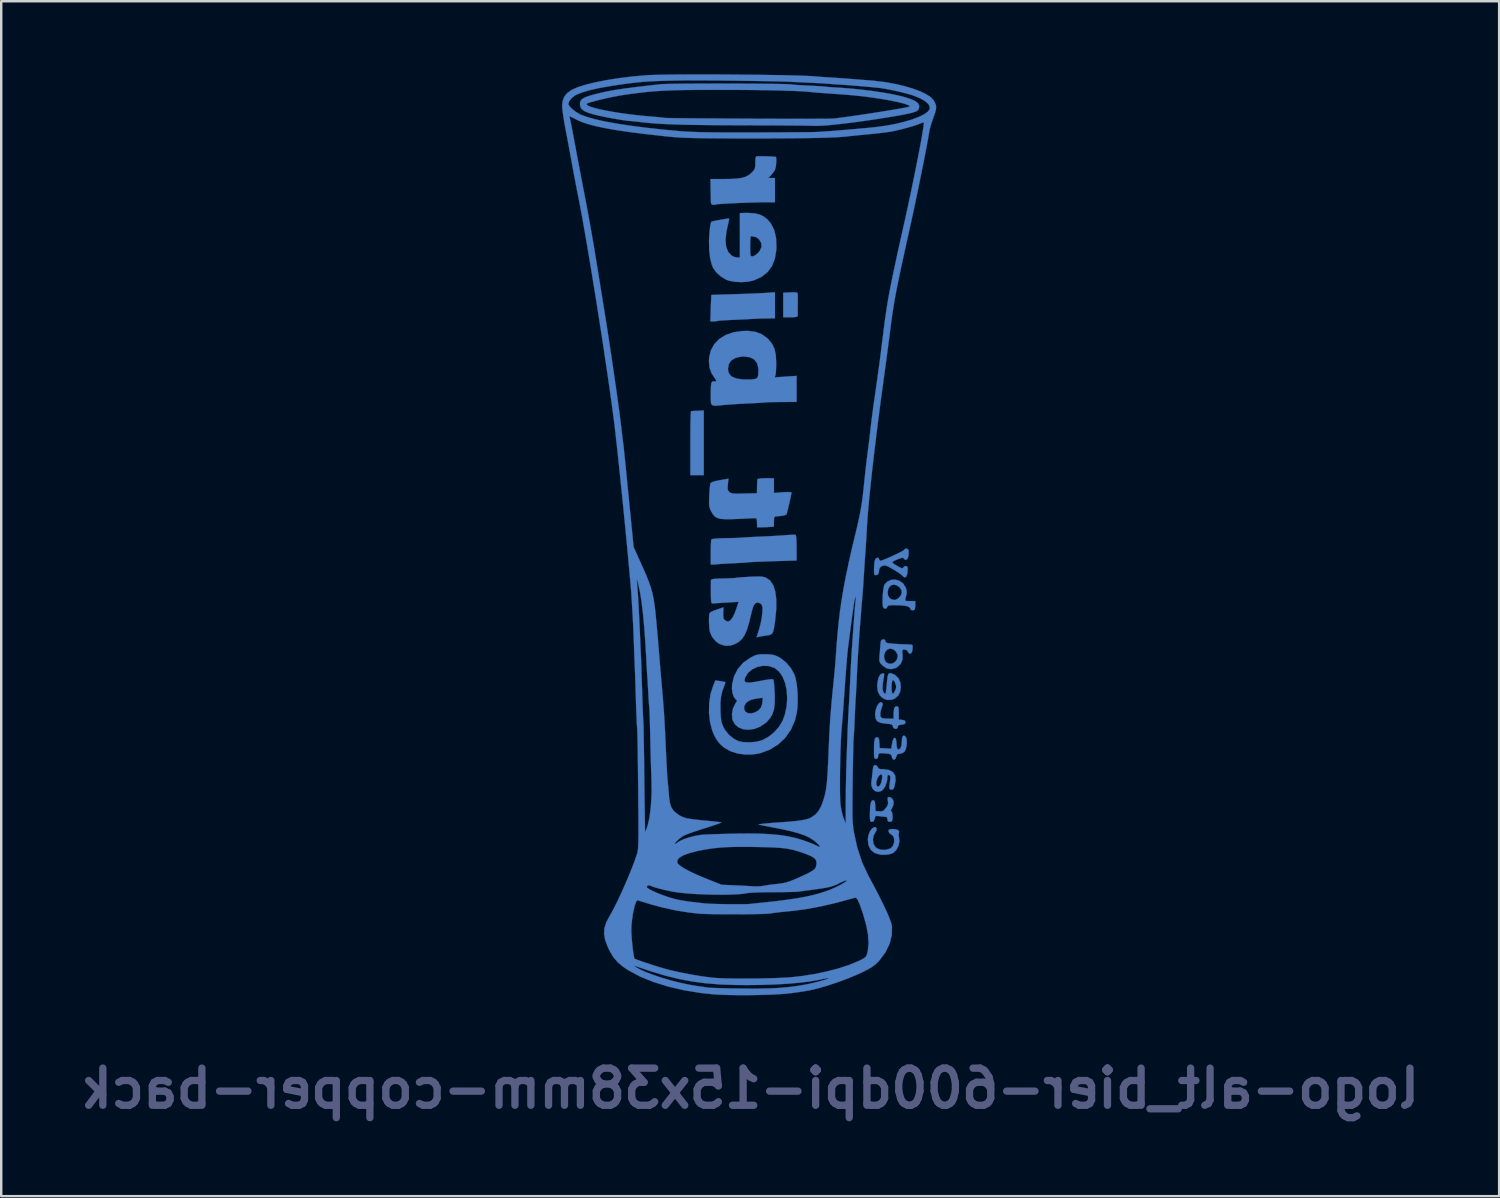
<source format=kicad_pcb>
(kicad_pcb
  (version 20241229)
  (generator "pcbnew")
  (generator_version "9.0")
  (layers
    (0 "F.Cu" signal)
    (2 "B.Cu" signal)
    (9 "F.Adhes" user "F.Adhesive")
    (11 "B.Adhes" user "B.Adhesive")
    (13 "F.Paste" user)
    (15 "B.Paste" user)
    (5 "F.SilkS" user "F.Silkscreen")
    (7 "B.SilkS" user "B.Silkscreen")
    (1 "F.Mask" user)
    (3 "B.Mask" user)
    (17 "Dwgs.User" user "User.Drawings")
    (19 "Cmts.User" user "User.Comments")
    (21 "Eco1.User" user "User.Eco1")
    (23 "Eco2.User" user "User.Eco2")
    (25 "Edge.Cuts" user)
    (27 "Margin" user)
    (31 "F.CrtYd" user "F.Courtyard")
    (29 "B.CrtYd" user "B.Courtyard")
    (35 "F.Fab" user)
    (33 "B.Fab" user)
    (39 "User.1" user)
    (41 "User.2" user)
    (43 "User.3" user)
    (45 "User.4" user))
  (footprint "logo-alt_bier-600dpi-15x38mm-copper-back"
    (layer "F.Cu")
    (at 27.73 18.859)
    (property "Reference" "logo-alt_bier-600dpi-15x38mm-copper-back" (at 0 22.75 0) (layer "B.Fab") (effects (font (size 1.524 1.524) (thickness 0.3)) (justify mirror)))
    (attr through_hole)
    (fp_poly (pts (xy -2.148 -5.055) (xy -2.286 -5.049) (xy -2.388 -5.043) (xy -2.424 -5.041) (xy -2.431 -4.999) (xy -2.439 -4.884) (xy -2.445 -4.703) (xy -2.45 -4.469) (xy -2.453 -4.191) (xy -2.455 -3.88) (xy -2.455 -3.725) (xy -2.455 -2.413) (xy -1.905 -2.413) (xy -1.905 -5.066) (xy -2.148 -5.055)) (stroke (width 0.01) (type solid)) (fill yes) (layer "B.Cu"))
    (fp_poly (pts (xy 1.651 -9.913) (xy 1.355 -9.899) (xy 1.355 -8.89) (xy 1.651 -8.89) (xy 1.824 -8.896) (xy 1.921 -8.914) (xy 1.949 -8.943) (xy 1.95 -9.028) (xy 1.951 -9.167) (xy 1.951 -9.338) (xy 1.952 -9.516) (xy 1.952 -9.679) (xy 1.951 -9.803) (xy 1.95 -9.864) (xy 1.933 -9.897) (xy 1.875 -9.914) (xy 1.76 -9.917) (xy 1.651 -9.913)) (stroke (width 0.01) (type solid)) (fill yes) (layer "B.Cu"))
    (fp_poly (pts (xy 0.624 -9.89) (xy 0.459 -9.881) (xy 0.23 -9.87) (xy -0.043 -9.859) (xy -0.34 -9.848) (xy -0.641 -9.838) (xy -0.677 -9.837) (xy -0.945 -9.829) (xy -1.182 -9.822) (xy -1.376 -9.815) (xy -1.515 -9.81) (xy -1.587 -9.807) (xy -1.593 -9.806) (xy -1.597 -9.764) (xy -1.602 -9.653) (xy -1.609 -9.491) (xy -1.616 -9.291) (xy -1.617 -9.26) (xy -1.634 -8.721) (xy -1.501 -8.721) (xy -1.403 -8.726) (xy -1.349 -8.74) (xy -1.349 -8.74) (xy -1.302 -8.749) (xy -1.186 -8.759) (xy -1.015 -8.77) (xy -0.806 -8.781) (xy -0.696 -8.786) (xy -0.454 -8.796) (xy -0.222 -8.807) (xy -0.024 -8.817) (xy 0.118 -8.825) (xy 0.148 -8.827) (xy 0.3 -8.835) (xy 0.494 -8.841) (xy 0.688 -8.845) (xy 1.016 -8.848) (xy 1.016 -9.918) (xy 0.624 -9.89)) (stroke (width 0.01) (type solid)) (fill yes) (layer "B.Cu"))
    (fp_poly (pts (xy 5.092 12.03) (xy 4.996 12.088) (xy 4.912 12.206) (xy 4.851 12.361) (xy 4.826 12.531) (xy 4.826 12.539) (xy 4.857 12.78) (xy 4.95 12.963) (xy 5.105 13.088) (xy 5.32 13.154) (xy 5.482 13.165) (xy 5.699 13.147) (xy 5.857 13.091) (xy 5.869 13.084) (xy 5.995 12.964) (xy 6.084 12.797) (xy 6.123 12.614) (xy 6.108 12.47) (xy 6.088 12.359) (xy 6.096 12.277) (xy 6.099 12.272) (xy 6.11 12.196) (xy 6.048 12.14) (xy 5.923 12.11) (xy 5.858 12.107) (xy 5.741 12.113) (xy 5.687 12.137) (xy 5.673 12.19) (xy 5.673 12.193) (xy 5.711 12.277) (xy 5.775 12.318) (xy 5.865 12.392) (xy 5.909 12.511) (xy 5.908 12.649) (xy 5.864 12.782) (xy 5.778 12.884) (xy 5.744 12.904) (xy 5.562 12.96) (xy 5.375 12.958) (xy 5.211 12.902) (xy 5.142 12.85) (xy 5.06 12.714) (xy 5.034 12.545) (xy 5.065 12.373) (xy 5.126 12.26) (xy 5.182 12.157) (xy 5.185 12.074) (xy 5.137 12.03) (xy 5.092 12.03)) (stroke (width 0.01) (type solid)) (fill yes) (layer "B.Cu"))
    (fp_poly (pts (xy 5.279 6.948) (xy 5.213 7.048) (xy 5.16 7.186) (xy 5.129 7.35) (xy 5.126 7.414) (xy 5.144 7.574) (xy 5.215 7.683) (xy 5.347 7.749) (xy 5.549 7.781) (xy 5.559 7.781) (xy 5.71 7.794) (xy 5.796 7.813) (xy 5.837 7.845) (xy 5.85 7.889) (xy 5.888 7.962) (xy 5.954 7.997) (xy 6.02 7.988) (xy 6.053 7.932) (xy 6.054 7.922) (xy 6.072 7.863) (xy 6.14 7.833) (xy 6.212 7.824) (xy 6.32 7.805) (xy 6.366 7.765) (xy 6.371 7.726) (xy 6.349 7.662) (xy 6.269 7.632) (xy 6.234 7.628) (xy 6.096 7.615) (xy 6.096 7.342) (xy 6.093 7.194) (xy 6.081 7.111) (xy 6.053 7.076) (xy 6.016 7.07) (xy 5.945 7.092) (xy 5.904 7.167) (xy 5.886 7.308) (xy 5.884 7.391) (xy 5.884 7.578) (xy 5.676 7.578) (xy 5.54 7.573) (xy 5.432 7.56) (xy 5.401 7.552) (xy 5.349 7.49) (xy 5.337 7.373) (xy 5.364 7.221) (xy 5.398 7.124) (xy 5.437 7.001) (xy 5.422 6.93) (xy 5.418 6.926) (xy 5.351 6.902) (xy 5.279 6.948)) (stroke (width 0.01) (type solid)) (fill yes) (layer "B.Cu"))
    (fp_poly (pts (xy 5.672 5.743) (xy 5.639 5.838) (xy 5.618 6.002) (xy 5.607 6.138) (xy 5.591 6.316) (xy 5.572 6.457) (xy 5.553 6.543) (xy 5.542 6.562) (xy 5.497 6.529) (xy 5.458 6.471) (xy 5.431 6.365) (xy 5.434 6.195) (xy 5.467 5.956) (xy 5.487 5.849) (xy 5.5 5.755) (xy 5.479 5.72) (xy 5.415 5.722) (xy 5.331 5.775) (xy 5.266 5.897) (xy 5.224 6.077) (xy 5.21 6.257) (xy 5.24 6.468) (xy 5.329 6.637) (xy 5.463 6.754) (xy 5.629 6.811) (xy 5.814 6.799) (xy 5.937 6.749) (xy 6.069 6.634) (xy 6.151 6.472) (xy 6.181 6.287) (xy 6.175 6.228) (xy 5.988 6.228) (xy 5.984 6.319) (xy 5.951 6.413) (xy 5.892 6.526) (xy 5.847 6.556) (xy 5.816 6.504) (xy 5.801 6.371) (xy 5.8 6.289) (xy 5.808 6.114) (xy 5.833 6.015) (xy 5.871 5.994) (xy 5.921 6.053) (xy 5.949 6.114) (xy 5.988 6.228) (xy 6.175 6.228) (xy 6.161 6.099) (xy 6.09 5.931) (xy 5.968 5.803) (xy 5.928 5.779) (xy 5.808 5.723) (xy 5.726 5.708) (xy 5.672 5.743)) (stroke (width 0.01) (type solid)) (fill yes) (layer "B.Cu"))
    (fp_poly (pts (xy 5.65 10.806) (xy 5.637 10.856) (xy 5.649 10.946) (xy 5.658 11.062) (xy 5.623 11.161) (xy 5.565 11.245) (xy 5.482 11.339) (xy 5.405 11.378) (xy 5.298 11.379) (xy 5.144 11.367) (xy 5.131 11.144) (xy 5.118 11.011) (xy 5.094 10.944) (xy 5.051 10.922) (xy 5.041 10.922) (xy 4.985 10.952) (xy 4.946 11.045) (xy 4.922 11.207) (xy 4.912 11.446) (xy 4.911 11.525) (xy 4.913 11.677) (xy 4.924 11.764) (xy 4.949 11.802) (xy 4.993 11.811) (xy 4.996 11.811) (xy 5.067 11.783) (xy 5.107 11.688) (xy 5.108 11.68) (xy 5.135 11.591) (xy 5.185 11.564) (xy 5.261 11.574) (xy 5.4 11.593) (xy 5.509 11.599) (xy 5.597 11.612) (xy 5.628 11.665) (xy 5.63 11.705) (xy 5.652 11.79) (xy 5.708 11.811) (xy 5.788 11.797) (xy 5.814 11.783) (xy 5.836 11.72) (xy 5.842 11.614) (xy 5.835 11.499) (xy 5.815 11.409) (xy 5.792 11.378) (xy 5.77 11.342) (xy 5.81 11.263) (xy 5.813 11.259) (xy 5.875 11.124) (xy 5.884 10.989) (xy 5.845 10.876) (xy 5.764 10.807) (xy 5.702 10.795) (xy 5.65 10.806)) (stroke (width 0.01) (type solid)) (fill yes) (layer "B.Cu"))
    (fp_poly (pts (xy 0.302 -15.498) (xy 0.286 -15.497) (xy 0.244 -15.482) (xy 0.221 -15.43) (xy 0.213 -15.321) (xy 0.212 -15.235) (xy 0.208 -15.086) (xy 0.187 -14.988) (xy 0.137 -14.906) (xy 0.053 -14.817) (xy -0.056 -14.726) (xy -0.183 -14.658) (xy -0.342 -14.611) (xy -0.546 -14.581) (xy -0.81 -14.566) (xy -1.092 -14.563) (xy -1.63 -14.563) (xy -1.622 -14.129) (xy -1.618 -13.935) (xy -1.615 -13.766) (xy -1.612 -13.643) (xy -1.611 -13.6) (xy -1.586 -13.524) (xy -1.51 -13.504) (xy -1.426 -13.511) (xy -1.393 -13.522) (xy -1.346 -13.53) (xy -1.228 -13.54) (xy -1.053 -13.552) (xy -0.835 -13.563) (xy -0.589 -13.575) (xy -0.328 -13.586) (xy -0.066 -13.596) (xy 0.183 -13.603) (xy 0.405 -13.608) (xy 0.582 -13.61) (xy 1.016 -13.61) (xy 1.016 -14.605) (xy 0.746 -14.605) (xy 0.855 -14.721) (xy 0.943 -14.829) (xy 1.012 -14.932) (xy 1.015 -14.939) (xy 1.041 -15.025) (xy 1.061 -15.151) (xy 1.071 -15.287) (xy 1.07 -15.403) (xy 1.056 -15.468) (xy 1.054 -15.47) (xy 1.008 -15.478) (xy 0.9 -15.486) (xy 0.752 -15.492) (xy 0.588 -15.497) (xy 0.43 -15.499) (xy 0.302 -15.498)) (stroke (width 0.01) (type solid)) (fill yes) (layer "B.Cu"))
    (fp_poly (pts (xy 1.675 0.034) (xy 1.516 0.044) (xy 1.473 0.048) (xy 1.307 0.06) (xy 1.082 0.074) (xy 0.822 0.089) (xy 0.554 0.102) (xy 0.45 0.107) (xy 0.208 0.118) (xy -0.013 0.129) (xy -0.195 0.139) (xy -0.321 0.147) (xy -0.36 0.151) (xy -0.45 0.157) (xy -0.605 0.164) (xy -0.801 0.169) (xy -1.018 0.173) (xy -1.028 0.173) (xy -1.233 0.179) (xy -1.407 0.19) (xy -1.532 0.203) (xy -1.591 0.219) (xy -1.593 0.221) (xy -1.603 0.277) (xy -1.611 0.399) (xy -1.616 0.569) (xy -1.618 0.755) (xy -1.618 1.249) (xy -1.508 1.253) (xy -1.422 1.252) (xy -1.386 1.245) (xy -1.342 1.239) (xy -1.228 1.23) (xy -1.062 1.22) (xy -0.857 1.209) (xy -0.782 1.205) (xy -0.558 1.194) (xy -0.357 1.182) (xy -0.198 1.172) (xy -0.1 1.163) (xy -0.087 1.162) (xy -0.015 1.156) (xy 0.128 1.148) (xy 0.327 1.139) (xy 0.57 1.13) (xy 0.842 1.12) (xy 0.961 1.116) (xy 1.905 1.087) (xy 1.905 0.568) (xy 1.901 0.321) (xy 1.89 0.147) (xy 1.872 0.052) (xy 1.859 0.034) (xy 1.797 0.03) (xy 1.675 0.034)) (stroke (width 0.01) (type solid)) (fill yes) (layer "B.Cu"))
    (fp_poly (pts (xy 5.084 9.494) (xy 5.054 9.541) (xy 5.033 9.642) (xy 5.022 9.747) (xy 5.003 9.922) (xy 4.983 10.092) (xy 4.971 10.182) (xy 4.977 10.346) (xy 5.038 10.474) (xy 5.137 10.556) (xy 5.258 10.583) (xy 5.384 10.542) (xy 5.455 10.484) (xy 5.552 10.333) (xy 5.614 10.138) (xy 5.63 9.982) (xy 5.637 9.932) (xy 5.416 9.932) (xy 5.409 10.049) (xy 5.408 10.054) (xy 5.377 10.199) (xy 5.328 10.304) (xy 5.271 10.361) (xy 5.219 10.361) (xy 5.18 10.292) (xy 5.173 10.256) (xy 5.18 10.149) (xy 5.219 10.029) (xy 5.277 9.925) (xy 5.34 9.868) (xy 5.359 9.864) (xy 5.401 9.877) (xy 5.416 9.932) (xy 5.637 9.932) (xy 5.642 9.901) (xy 5.684 9.888) (xy 5.699 9.893) (xy 5.74 9.927) (xy 5.752 9.999) (xy 5.741 10.114) (xy 5.723 10.251) (xy 5.708 10.365) (xy 5.705 10.393) (xy 5.724 10.466) (xy 5.786 10.491) (xy 5.852 10.484) (xy 5.896 10.426) (xy 5.924 10.343) (xy 5.967 10.098) (xy 5.946 9.908) (xy 5.86 9.772) (xy 5.707 9.687) (xy 5.487 9.653) (xy 5.438 9.652) (xy 5.318 9.644) (xy 5.258 9.611) (xy 5.237 9.567) (xy 5.183 9.497) (xy 5.131 9.483) (xy 5.084 9.494)) (stroke (width 0.01) (type solid)) (fill yes) (layer "B.Cu"))
    (fp_poly (pts (xy 6.262 8.29) (xy 6.23 8.385) (xy 6.223 8.493) (xy 6.207 8.671) (xy 6.161 8.793) (xy 6.091 8.846) (xy 6.075 8.848) (xy 6.037 8.819) (xy 6.013 8.727) (xy 6.003 8.604) (xy 5.989 8.458) (xy 5.964 8.381) (xy 5.927 8.361) (xy 5.879 8.397) (xy 5.84 8.509) (xy 5.825 8.585) (xy 5.787 8.809) (xy 5.55 8.797) (xy 5.313 8.784) (xy 5.3 8.562) (xy 5.287 8.429) (xy 5.263 8.362) (xy 5.22 8.34) (xy 5.209 8.34) (xy 5.154 8.351) (xy 5.117 8.396) (xy 5.094 8.485) (xy 5.083 8.633) (xy 5.08 8.851) (xy 5.081 9.031) (xy 5.088 9.143) (xy 5.104 9.202) (xy 5.132 9.225) (xy 5.165 9.229) (xy 5.232 9.203) (xy 5.249 9.125) (xy 5.257 9.047) (xy 5.292 9.005) (xy 5.373 8.991) (xy 5.515 9) (xy 5.557 9.004) (xy 5.693 9.021) (xy 5.767 9.046) (xy 5.799 9.089) (xy 5.808 9.139) (xy 5.843 9.237) (xy 5.903 9.264) (xy 5.962 9.219) (xy 5.99 9.146) (xy 6.025 9.053) (xy 6.091 9.019) (xy 6.135 9.017) (xy 6.252 8.987) (xy 6.329 8.932) (xy 6.386 8.825) (xy 6.419 8.675) (xy 6.428 8.514) (xy 6.408 8.378) (xy 6.381 8.323) (xy 6.314 8.267) (xy 6.262 8.29)) (stroke (width 0.01) (type solid)) (fill yes) (layer "B.Cu"))
    (fp_poly (pts (xy 5.783 1.882) (xy 5.626 1.955) (xy 5.518 2.069) (xy 5.486 2.158) (xy 5.459 2.303) (xy 5.441 2.48) (xy 5.432 2.665) (xy 5.433 2.835) (xy 5.445 2.967) (xy 5.468 3.035) (xy 5.535 3.066) (xy 5.603 3.04) (xy 5.63 2.98) (xy 5.654 2.946) (xy 5.733 2.927) (xy 5.881 2.921) (xy 5.9 2.921) (xy 6.183 2.928) (xy 6.385 2.95) (xy 6.51 2.988) (xy 6.56 3.042) (xy 6.562 3.054) (xy 6.595 3.114) (xy 6.669 3.135) (xy 6.743 3.107) (xy 6.745 3.104) (xy 6.763 3.047) (xy 6.773 2.942) (xy 6.773 2.914) (xy 6.773 2.752) (xy 6.557 2.752) (xy 6.43 2.749) (xy 6.37 2.735) (xy 6.358 2.699) (xy 6.367 2.656) (xy 6.41 2.483) (xy 6.418 2.392) (xy 6.223 2.392) (xy 6.186 2.513) (xy 6.095 2.624) (xy 5.977 2.696) (xy 5.907 2.709) (xy 5.796 2.68) (xy 5.715 2.625) (xy 5.649 2.505) (xy 5.639 2.357) (xy 5.682 2.214) (xy 5.773 2.108) (xy 5.774 2.107) (xy 5.888 2.076) (xy 6.013 2.107) (xy 6.126 2.186) (xy 6.203 2.296) (xy 6.223 2.392) (xy 6.418 2.392) (xy 6.42 2.358) (xy 6.4 2.248) (xy 6.377 2.189) (xy 6.272 2.028) (xy 6.125 1.922) (xy 5.956 1.872) (xy 5.783 1.882)) (stroke (width 0.01) (type solid)) (fill yes) (layer "B.Cu"))
    (fp_poly (pts (xy 5.392 4.346) (xy 5.361 4.399) (xy 5.345 4.508) (xy 5.342 4.551) (xy 5.33 4.722) (xy 5.314 4.917) (xy 5.306 5.006) (xy 5.297 5.147) (xy 5.308 5.238) (xy 5.351 5.312) (xy 5.432 5.398) (xy 5.598 5.514) (xy 5.78 5.547) (xy 5.969 5.498) (xy 6.038 5.459) (xy 6.18 5.323) (xy 6.25 5.141) (xy 6.25 5.006) (xy 6.054 5.006) (xy 6.021 5.15) (xy 5.937 5.258) (xy 5.823 5.319) (xy 5.697 5.325) (xy 5.581 5.264) (xy 5.565 5.247) (xy 5.5 5.125) (xy 5.493 4.985) (xy 5.534 4.852) (xy 5.617 4.749) (xy 5.732 4.7) (xy 5.756 4.699) (xy 5.878 4.736) (xy 5.983 4.83) (xy 6.046 4.951) (xy 6.054 5.006) (xy 6.25 5.006) (xy 6.251 4.931) (xy 6.238 4.815) (xy 6.249 4.759) (xy 6.293 4.742) (xy 6.334 4.741) (xy 6.432 4.77) (xy 6.465 4.826) (xy 6.514 4.895) (xy 6.562 4.911) (xy 6.618 4.884) (xy 6.651 4.794) (xy 6.657 4.752) (xy 6.666 4.641) (xy 6.662 4.568) (xy 6.659 4.561) (xy 6.61 4.544) (xy 6.504 4.532) (xy 6.417 4.53) (xy 6.258 4.526) (xy 6.058 4.516) (xy 5.87 4.502) (xy 5.704 4.486) (xy 5.606 4.467) (xy 5.559 4.44) (xy 5.546 4.4) (xy 5.546 4.394) (xy 5.523 4.332) (xy 5.45 4.326) (xy 5.392 4.346)) (stroke (width 0.01) (type solid)) (fill yes) (layer "B.Cu"))
    (fp_poly (pts (xy 6.362 0.607) (xy 6.32 0.65) (xy 6.272 0.686) (xy 6.164 0.745) (xy 6.016 0.819) (xy 5.846 0.898) (xy 5.675 0.975) (xy 5.519 1.04) (xy 5.4 1.085) (xy 5.336 1.101) (xy 5.297 1.066) (xy 5.292 1.037) (xy 5.257 0.985) (xy 5.212 0.974) (xy 5.15 1.005) (xy 5.108 1.102) (xy 5.086 1.272) (xy 5.08 1.469) (xy 5.083 1.601) (xy 5.097 1.668) (xy 5.131 1.689) (xy 5.175 1.686) (xy 5.243 1.658) (xy 5.275 1.584) (xy 5.283 1.518) (xy 5.307 1.403) (xy 5.369 1.337) (xy 5.42 1.312) (xy 5.484 1.291) (xy 5.547 1.292) (xy 5.627 1.319) (xy 5.745 1.38) (xy 5.887 1.462) (xy 6.039 1.556) (xy 6.162 1.64) (xy 6.238 1.702) (xy 6.252 1.721) (xy 6.308 1.77) (xy 6.349 1.778) (xy 6.4 1.755) (xy 6.433 1.676) (xy 6.45 1.583) (xy 6.461 1.459) (xy 6.459 1.37) (xy 6.453 1.35) (xy 6.391 1.314) (xy 6.316 1.332) (xy 6.281 1.375) (xy 6.254 1.405) (xy 6.199 1.397) (xy 6.097 1.347) (xy 6.06 1.326) (xy 5.918 1.243) (xy 5.846 1.187) (xy 5.841 1.146) (xy 5.899 1.105) (xy 5.991 1.062) (xy 6.16 0.996) (xy 6.264 0.976) (xy 6.306 1.003) (xy 6.308 1.016) (xy 6.343 1.051) (xy 6.387 1.058) (xy 6.445 1.034) (xy 6.481 0.951) (xy 6.493 0.892) (xy 6.504 0.768) (xy 6.497 0.672) (xy 6.494 0.66) (xy 6.437 0.6) (xy 6.362 0.607)) (stroke (width 0.01) (type solid)) (fill yes) (layer "B.Cu"))
    (fp_poly (pts (xy 0.448 -2.281) (xy 0.337 -2.266) (xy 0.293 -2.239) (xy 0.292 -2.233) (xy 0.289 -2.164) (xy 0.284 -2.041) (xy 0.281 -1.926) (xy 0.275 -1.672) (xy -0.247 -1.659) (xy -0.472 -1.654) (xy -0.627 -1.656) (xy -0.731 -1.666) (xy -0.799 -1.685) (xy -0.847 -1.715) (xy -0.856 -1.722) (xy -0.905 -1.78) (xy -0.925 -1.856) (xy -0.922 -1.977) (xy -0.916 -2.034) (xy -0.892 -2.269) (xy -1.249 -2.207) (xy -1.456 -2.164) (xy -1.583 -2.12) (xy -1.632 -2.078) (xy -1.645 -2.009) (xy -1.66 -1.877) (xy -1.672 -1.703) (xy -1.68 -1.566) (xy -1.687 -1.361) (xy -1.686 -1.217) (xy -1.673 -1.112) (xy -1.645 -1.024) (xy -1.601 -0.931) (xy -1.53 -0.809) (xy -1.452 -0.72) (xy -1.354 -0.659) (xy -1.222 -0.623) (xy -1.043 -0.607) (xy -0.803 -0.607) (xy -0.572 -0.615) (xy -0.34 -0.625) (xy -0.131 -0.635) (xy 0.037 -0.643) (xy 0.146 -0.648) (xy 0.169 -0.649) (xy 0.235 -0.646) (xy 0.267 -0.61) (xy 0.278 -0.519) (xy 0.279 -0.466) (xy 0.284 -0.275) (xy 0.449 -0.275) (xy 0.606 -0.278) (xy 0.773 -0.287) (xy 0.794 -0.288) (xy 0.974 -0.301) (xy 0.974 -0.51) (xy 0.979 -0.639) (xy 1 -0.702) (xy 1.044 -0.721) (xy 1.048 -0.721) (xy 1.171 -0.73) (xy 1.305 -0.749) (xy 1.419 -0.772) (xy 1.482 -0.795) (xy 1.485 -0.798) (xy 1.502 -0.846) (xy 1.532 -0.956) (xy 1.568 -1.106) (xy 1.608 -1.274) (xy 1.644 -1.44) (xy 1.674 -1.583) (xy 1.691 -1.679) (xy 1.694 -1.705) (xy 1.655 -1.717) (xy 1.551 -1.721) (xy 1.401 -1.716) (xy 1.333 -1.711) (xy 0.974 -1.685) (xy 0.974 -2.286) (xy 0.635 -2.286) (xy 0.448 -2.281)) (stroke (width 0.01) (type solid)) (fill yes) (layer "B.Cu"))
    (fp_poly (pts (xy -0.286 -13.171) (xy -0.423 -13.166) (xy -0.423 -11.345) (xy -0.545 -11.345) (xy -0.667 -11.372) (xy -0.772 -11.429) (xy -0.909 -11.585) (xy -0.989 -11.795) (xy -1.012 -12.062) (xy -0.978 -12.387) (xy -0.934 -12.594) (xy -0.898 -12.751) (xy -0.873 -12.872) (xy -0.863 -12.937) (xy -0.863 -12.943) (xy -0.907 -12.941) (xy -1.01 -12.926) (xy -1.149 -12.904) (xy -1.3 -12.877) (xy -1.44 -12.851) (xy -1.546 -12.828) (xy -1.593 -12.814) (xy -1.594 -12.814) (xy -1.618 -12.751) (xy -1.642 -12.622) (xy -1.663 -12.447) (xy -1.68 -12.244) (xy -1.69 -12.031) (xy -1.69 -12.006) (xy -1.682 -11.64) (xy -1.643 -11.316) (xy -1.576 -11.048) (xy -1.522 -10.918) (xy -1.391 -10.734) (xy -1.204 -10.566) (xy -0.991 -10.437) (xy -0.873 -10.392) (xy -0.625 -10.345) (xy -0.343 -10.333) (xy -0.066 -10.356) (xy 0.157 -10.408) (xy 0.466 -10.551) (xy 0.71 -10.743) (xy 0.891 -10.988) (xy 1.011 -11.29) (xy 1.071 -11.651) (xy 1.077 -11.748) (xy 1.076 -11.787) (xy 0.466 -11.787) (xy 0.399 -11.625) (xy 0.322 -11.532) (xy 0.218 -11.446) (xy 0.122 -11.394) (xy 0.089 -11.388) (xy 0.049 -11.393) (xy 0.023 -11.417) (xy 0.008 -11.478) (xy 0.002 -11.589) (xy 0.000031 -11.765) (xy 0 -11.816) (xy 0.002 -12.01) (xy 0.008 -12.133) (xy 0.02 -12.199) (xy 0.042 -12.222) (xy 0.067 -12.218) (xy 0.164 -12.194) (xy 0.196 -12.192) (xy 0.266 -12.164) (xy 0.354 -12.096) (xy 0.362 -12.088) (xy 0.453 -11.945) (xy 0.466 -11.787) (xy 1.076 -11.787) (xy 1.064 -12.135) (xy 0.988 -12.465) (xy 0.849 -12.74) (xy 0.713 -12.899) (xy 0.559 -13.023) (xy 0.39 -13.106) (xy 0.188 -13.155) (xy -0.065 -13.173) (xy -0.286 -13.171)) (stroke (width 0.01) (type solid)) (fill yes) (layer "B.Cu"))
    (fp_poly (pts (xy -0.314 -8.329) (xy -0.686 -8.276) (xy -1.007 -8.164) (xy -1.273 -7.998) (xy -1.478 -7.784) (xy -1.618 -7.525) (xy -1.687 -7.226) (xy -1.693 -7.09) (xy -1.668 -6.82) (xy -1.584 -6.591) (xy -1.474 -6.424) (xy -1.405 -6.323) (xy -1.398 -6.27) (xy -1.457 -6.257) (xy -1.51 -6.261) (xy -1.556 -6.253) (xy -1.587 -6.208) (xy -1.606 -6.114) (xy -1.616 -5.958) (xy -1.617 -5.731) (xy -1.617 -5.721) (xy -1.617 -5.522) (xy -1.609 -5.387) (xy -1.581 -5.307) (xy -1.518 -5.269) (xy -1.407 -5.262) (xy -1.234 -5.277) (xy -1.079 -5.293) (xy -0.912 -5.307) (xy -0.686 -5.323) (xy -0.427 -5.339) (xy -0.163 -5.353) (xy -0.085 -5.357) (xy 0.146 -5.368) (xy 0.35 -5.379) (xy 0.511 -5.389) (xy 0.611 -5.397) (xy 0.635 -5.4) (xy 0.699 -5.404) (xy 0.83 -5.409) (xy 1.011 -5.412) (xy 1.226 -5.415) (xy 1.302 -5.415) (xy 1.905 -5.419) (xy 1.905 -6.487) (xy 1.456 -6.457) (xy 1.008 -6.426) (xy 1.037 -6.52) (xy 1.051 -6.603) (xy 1.059 -6.723) (xy 0.338 -6.723) (xy 0.333 -6.546) (xy 0.309 -6.436) (xy 0.253 -6.377) (xy 0.15 -6.35) (xy 0.027 -6.341) (xy -0.304 -6.341) (xy -0.56 -6.377) (xy -0.74 -6.449) (xy -0.801 -6.496) (xy -0.878 -6.601) (xy -0.908 -6.73) (xy -0.91 -6.791) (xy -0.874 -6.981) (xy -0.767 -7.128) (xy -0.596 -7.228) (xy -0.364 -7.277) (xy -0.253 -7.281) (xy -0.015 -7.251) (xy 0.163 -7.162) (xy 0.28 -7.015) (xy 0.334 -6.811) (xy 0.338 -6.723) (xy 1.059 -6.723) (xy 1.061 -6.746) (xy 1.067 -6.925) (xy 1.068 -7.024) (xy 1.051 -7.339) (xy 0.998 -7.592) (xy 0.9 -7.801) (xy 0.752 -7.984) (xy 0.686 -8.046) (xy 0.464 -8.2) (xy 0.213 -8.294) (xy -0.084 -8.333) (xy -0.314 -8.329)) (stroke (width 0.01) (type solid)) (fill yes) (layer "B.Cu"))
    (fp_poly (pts (xy 0.122 1.75) (xy -0.039 1.758) (xy -0.243 1.77) (xy -0.415 1.783) (xy -0.538 1.793) (xy -0.595 1.802) (xy -0.596 1.802) (xy -0.646 1.809) (xy -0.762 1.815) (xy -0.928 1.822) (xy -1.115 1.827) (xy -1.33 1.833) (xy -1.475 1.842) (xy -1.561 1.857) (xy -1.602 1.878) (xy -1.611 1.903) (xy -1.612 1.971) (xy -1.613 2.103) (xy -1.613 2.277) (xy -1.613 2.413) (xy -1.611 2.612) (xy -1.605 2.741) (xy -1.593 2.814) (xy -1.571 2.845) (xy -1.538 2.85) (xy -1.538 2.85) (xy -1.467 2.845) (xy -1.332 2.836) (xy -1.153 2.824) (xy -0.97 2.813) (xy -0.477 2.784) (xy -0.579 3.096) (xy -0.642 3.262) (xy -0.713 3.409) (xy -0.778 3.505) (xy -0.783 3.511) (xy -0.863 3.578) (xy -0.931 3.587) (xy -0.993 3.565) (xy -1.058 3.524) (xy -1.094 3.462) (xy -1.108 3.358) (xy -1.106 3.192) (xy -1.104 3.167) (xy -1.097 3.01) (xy -1.363 3.099) (xy -1.504 3.151) (xy -1.612 3.201) (xy -1.661 3.235) (xy -1.68 3.308) (xy -1.69 3.44) (xy -1.691 3.605) (xy -1.684 3.778) (xy -1.668 3.933) (xy -1.649 4.031) (xy -1.562 4.223) (xy -1.422 4.395) (xy -1.269 4.509) (xy -1.04 4.586) (xy -0.81 4.579) (xy -0.603 4.506) (xy -0.453 4.414) (xy -0.329 4.297) (xy -0.226 4.142) (xy -0.136 3.937) (xy -0.054 3.67) (xy 0.02 3.365) (xy 0.06 3.199) (xy 0.101 3.05) (xy 0.132 2.954) (xy 0.208 2.845) (xy 0.308 2.809) (xy 0.417 2.852) (xy 0.431 2.864) (xy 0.476 2.914) (xy 0.499 2.977) (xy 0.505 3.076) (xy 0.498 3.234) (xy 0.496 3.26) (xy 0.47 3.466) (xy 0.423 3.7) (xy 0.367 3.909) (xy 0.261 4.241) (xy 0.353 4.218) (xy 0.447 4.2) (xy 0.586 4.178) (xy 0.67 4.166) (xy 0.778 4.149) (xy 0.855 4.122) (xy 0.91 4.071) (xy 0.949 3.982) (xy 0.98 3.842) (xy 1.011 3.638) (xy 1.026 3.526) (xy 1.07 3.07) (xy 1.07 2.678) (xy 1.027 2.353) (xy 0.942 2.095) (xy 0.816 1.908) (xy 0.648 1.793) (xy 0.563 1.765) (xy 0.459 1.75) (xy 0.318 1.745) (xy 0.122 1.75)) (stroke (width 0.01) (type solid)) (fill yes) (layer "B.Cu"))
    (fp_poly (pts (xy 0.432 4.937) (xy 0.3 4.952) (xy 0.183 4.989) (xy 0.046 5.056) (xy 0.007 5.077) (xy -0.28 5.278) (xy -0.505 5.534) (xy -0.661 5.835) (xy -0.742 6.161) (xy -0.749 6.351) (xy -0.724 6.534) (xy -0.673 6.684) (xy -0.602 6.777) (xy -0.597 6.781) (xy -0.551 6.816) (xy -0.548 6.859) (xy -0.591 6.934) (xy -0.617 6.973) (xy -0.711 7.173) (xy -0.75 7.397) (xy -0.729 7.611) (xy -0.721 7.638) (xy -0.622 7.815) (xy -0.47 7.94) (xy -0.278 8.013) (xy -0.059 8.032) (xy 0.173 7.997) (xy 0.404 7.907) (xy 0.621 7.762) (xy 0.683 7.707) (xy 0.817 7.555) (xy 0.913 7.391) (xy 0.974 7.199) (xy 1.005 6.963) (xy 1.007 6.855) (xy 0.508 6.855) (xy 0.487 6.991) (xy 0.442 7.117) (xy 0.346 7.233) (xy 0.21 7.316) (xy 0.058 7.358) (xy -0.085 7.354) (xy -0.187 7.299) (xy -0.249 7.186) (xy -0.241 7.057) (xy -0.169 6.933) (xy -0.048 6.84) (xy 0.066 6.797) (xy 0.218 6.761) (xy 0.29 6.749) (xy 0.508 6.72) (xy 0.508 6.855) (xy 1.007 6.855) (xy 1.01 6.668) (xy 1.004 6.505) (xy 0.992 6.306) (xy 0.977 6.137) (xy 0.96 6.017) (xy 0.945 5.965) (xy 0.889 5.958) (xy 0.77 5.967) (xy 0.604 5.992) (xy 0.486 6.015) (xy 0.211 6.067) (xy 0.01 6.094) (xy -0.125 6.095) (xy -0.203 6.069) (xy -0.232 6.014) (xy -0.219 5.928) (xy -0.205 5.888) (xy -0.091 5.7) (xy 0.081 5.553) (xy 0.294 5.454) (xy 0.529 5.407) (xy 0.769 5.419) (xy 0.994 5.495) (xy 1.015 5.507) (xy 1.191 5.652) (xy 1.332 5.86) (xy 1.434 6.12) (xy 1.497 6.416) (xy 1.518 6.736) (xy 1.496 7.066) (xy 1.428 7.392) (xy 1.328 7.666) (xy 1.182 7.911) (xy 0.977 8.14) (xy 0.739 8.331) (xy 0.49 8.462) (xy 0.487 8.463) (xy 0.242 8.526) (xy -0.035 8.551) (xy -0.305 8.537) (xy -0.472 8.502) (xy -0.674 8.404) (xy -0.868 8.244) (xy -1.032 8.041) (xy -1.088 7.943) (xy -1.141 7.827) (xy -1.177 7.71) (xy -1.199 7.569) (xy -1.214 7.378) (xy -1.219 7.272) (xy -1.222 6.952) (xy -1.199 6.688) (xy -1.147 6.455) (xy -1.072 6.254) (xy -1.033 6.152) (xy -1.018 6.088) (xy -1.02 6.08) (xy -1.069 6.065) (xy -1.172 6.046) (xy -1.232 6.036) (xy -1.427 6.008) (xy -1.513 6.211) (xy -1.625 6.56) (xy -1.684 6.945) (xy -1.691 7.341) (xy -1.646 7.728) (xy -1.551 8.083) (xy -1.462 8.288) (xy -1.356 8.471) (xy -1.246 8.609) (xy -1.103 8.737) (xy -1.049 8.779) (xy -0.809 8.914) (xy -0.517 9.006) (xy -0.195 9.051) (xy 0.133 9.044) (xy 0.412 8.994) (xy 0.806 8.847) (xy 1.151 8.633) (xy 1.441 8.359) (xy 1.67 8.03) (xy 1.835 7.653) (xy 1.915 7.319) (xy 1.944 7.055) (xy 1.951 6.758) (xy 1.939 6.452) (xy 1.909 6.164) (xy 1.862 5.918) (xy 1.824 5.793) (xy 1.683 5.524) (xy 1.483 5.282) (xy 1.247 5.093) (xy 1.169 5.049) (xy 1.035 4.987) (xy 0.904 4.952) (xy 0.745 4.937) (xy 0.614 4.934) (xy 0.432 4.937)) (stroke (width 0.01) (type solid)) (fill yes) (layer "B.Cu"))
    (fp_poly (pts (xy -1.75 -18.48) (xy -2.147 -18.479) (xy -2.518 -18.477) (xy -2.854 -18.474) (xy -3.146 -18.47) (xy -3.384 -18.466) (xy -3.559 -18.46) (xy -3.662 -18.454) (xy -4.25 -18.389) (xy -4.758 -18.328) (xy -5.188 -18.271) (xy -5.544 -18.218) (xy -5.83 -18.167) (xy -5.969 -18.138) (xy -6.289 -18.063) (xy -6.536 -17.998) (xy -6.718 -17.938) (xy -6.845 -17.879) (xy -6.925 -17.816) (xy -6.968 -17.745) (xy -6.984 -17.661) (xy -6.985 -17.632) (xy -6.969 -17.526) (xy -6.914 -17.436) (xy -6.814 -17.358) (xy -6.659 -17.287) (xy -6.441 -17.219) (xy -6.152 -17.15) (xy -5.94 -17.107) (xy -5.696 -17.06) (xy -5.458 -17.018) (xy -5.249 -16.984) (xy -5.093 -16.962) (xy -5.059 -16.958) (xy -4.897 -16.942) (xy -4.689 -16.921) (xy -4.471 -16.897) (xy -4.403 -16.89) (xy -4.177 -16.867) (xy -3.945 -16.847) (xy -3.697 -16.83) (xy -3.427 -16.816) (xy -3.126 -16.804) (xy -2.788 -16.794) (xy -2.404 -16.786) (xy -1.968 -16.78) (xy -1.47 -16.775) (xy -0.905 -16.771) (xy -0.264 -16.769) (xy -0.152 -16.769) (xy 0.317 -16.767) (xy 0.763 -16.766) (xy 1.178 -16.764) (xy 1.554 -16.761) (xy 1.884 -16.759) (xy 2.161 -16.756) (xy 2.376 -16.753) (xy 2.524 -16.75) (xy 2.595 -16.748) (xy 2.6 -16.747) (xy 2.677 -16.744) (xy 2.817 -16.748) (xy 2.998 -16.757) (xy 3.154 -16.767) (xy 3.423 -16.792) (xy 3.742 -16.826) (xy 4.097 -16.87) (xy 4.474 -16.919) (xy 4.862 -16.974) (xy 5.246 -17.031) (xy 5.614 -17.089) (xy 5.953 -17.146) (xy 6.248 -17.199) (xy 6.488 -17.247) (xy 6.659 -17.288) (xy 6.678 -17.294) (xy 6.815 -17.343) (xy 6.891 -17.395) (xy 6.926 -17.467) (xy 6.927 -17.471) (xy 6.931 -17.55) (xy 6.547 -17.55) (xy 6.494 -17.525) (xy 6.418 -17.506) (xy 6.269 -17.476) (xy 6.061 -17.439) (xy 5.806 -17.395) (xy 5.515 -17.348) (xy 5.2 -17.298) (xy 4.874 -17.247) (xy 4.548 -17.198) (xy 4.235 -17.153) (xy 3.947 -17.112) (xy 3.696 -17.078) (xy 3.493 -17.054) (xy 3.408 -17.045) (xy 3.331 -17.042) (xy 3.179 -17.039) (xy 2.96 -17.038) (xy 2.681 -17.036) (xy 2.351 -17.036) (xy 1.977 -17.035) (xy 1.567 -17.036) (xy 1.129 -17.036) (xy 0.67 -17.038) (xy 0.2 -17.039) (xy -0.275 -17.041) (xy -0.746 -17.043) (xy -1.206 -17.046) (xy -1.646 -17.049) (xy -2.059 -17.052) (xy -2.437 -17.055) (xy -2.772 -17.058) (xy -3.057 -17.062) (xy -3.282 -17.065) (xy -3.441 -17.069) (xy -3.525 -17.073) (xy -3.535 -17.074) (xy -3.638 -17.088) (xy -3.795 -17.105) (xy -3.974 -17.12) (xy -4 -17.122) (xy -4.403 -17.157) (xy -4.798 -17.2) (xy -5.177 -17.249) (xy -5.532 -17.302) (xy -5.855 -17.359) (xy -6.139 -17.417) (xy -6.374 -17.474) (xy -6.554 -17.53) (xy -6.67 -17.583) (xy -6.714 -17.631) (xy -6.704 -17.655) (xy -6.644 -17.683) (xy -6.516 -17.724) (xy -6.337 -17.773) (xy -6.123 -17.827) (xy -5.889 -17.881) (xy -5.652 -17.931) (xy -5.427 -17.975) (xy -5.23 -18.008) (xy -5.228 -18.009) (xy -4.888 -18.058) (xy -4.575 -18.098) (xy -4.279 -18.132) (xy -3.986 -18.159) (xy -3.684 -18.181) (xy -3.363 -18.197) (xy -3.01 -18.209) (xy -2.613 -18.216) (xy -2.16 -18.221) (xy -1.639 -18.223) (xy -1.397 -18.223) (xy -0.792 -18.222) (xy -0.214 -18.219) (xy 0.33 -18.213) (xy 0.833 -18.205) (xy 1.287 -18.194) (xy 1.684 -18.182) (xy 2.018 -18.168) (xy 2.28 -18.152) (xy 2.434 -18.139) (xy 2.559 -18.126) (xy 2.717 -18.112) (xy 2.918 -18.096) (xy 3.174 -18.077) (xy 3.495 -18.055) (xy 3.81 -18.033) (xy 4.212 -18) (xy 4.624 -17.957) (xy 5.031 -17.904) (xy 5.419 -17.845) (xy 5.774 -17.782) (xy 6.082 -17.717) (xy 6.33 -17.652) (xy 6.457 -17.609) (xy 6.538 -17.573) (xy 6.547 -17.55) (xy 6.931 -17.55) (xy 6.933 -17.578) (xy 6.887 -17.671) (xy 6.782 -17.756) (xy 6.612 -17.835) (xy 6.369 -17.915) (xy 6.16 -17.971) (xy 5.848 -18.04) (xy 5.471 -18.107) (xy 5.05 -18.171) (xy 4.605 -18.227) (xy 4.155 -18.273) (xy 3.721 -18.307) (xy 3.619 -18.313) (xy 3.421 -18.325) (xy 3.255 -18.336) (xy 3.139 -18.346) (xy 3.09 -18.353) (xy 3.09 -18.353) (xy 3.042 -18.359) (xy 2.925 -18.368) (xy 2.754 -18.378) (xy 2.544 -18.389) (xy 2.433 -18.394) (xy 2.202 -18.405) (xy 1.993 -18.418) (xy 1.825 -18.43) (xy 1.717 -18.441) (xy 1.693 -18.444) (xy 1.619 -18.451) (xy 1.47 -18.457) (xy 1.254 -18.463) (xy 0.981 -18.467) (xy 0.661 -18.471) (xy 0.302 -18.475) (xy -0.087 -18.477) (xy -0.495 -18.479) (xy -0.915 -18.48) (xy -1.336 -18.481) (xy -1.75 -18.48)) (stroke (width 0.01) (type solid)) (fill yes) (layer "B.Cu"))
    (fp_poly (pts (xy -2.59 -18.853) (xy -3.019 -18.85) (xy -3.405 -18.846) (xy -3.739 -18.84) (xy -4.013 -18.833) (xy -4.218 -18.824) (xy -4.244 -18.822) (xy -4.812 -18.773) (xy -5.375 -18.704) (xy -5.913 -18.619) (xy -6.405 -18.52) (xy -6.745 -18.436) (xy -7.073 -18.332) (xy -7.324 -18.22) (xy -7.506 -18.093) (xy -7.627 -17.944) (xy -7.694 -17.766) (xy -7.715 -17.55) (xy -7.715 -17.547) (xy -7.707 -17.434) (xy -7.684 -17.254) (xy -7.649 -17.026) (xy -7.605 -16.766) (xy -7.554 -16.491) (xy -7.547 -16.455) (xy -7.491 -16.164) (xy -7.436 -15.871) (xy -7.384 -15.597) (xy -7.342 -15.365) (xy -7.312 -15.194) (xy -7.312 -15.193) (xy -7.282 -15.03) (xy -7.24 -14.802) (xy -7.188 -14.53) (xy -7.131 -14.232) (xy -7.071 -13.928) (xy -7.053 -13.839) (xy -6.974 -13.427) (xy -6.884 -12.943) (xy -6.787 -12.395) (xy -6.683 -11.794) (xy -6.575 -11.15) (xy -6.463 -10.475) (xy -6.35 -9.777) (xy -6.237 -9.067) (xy -6.126 -8.357) (xy -6.018 -7.655) (xy -5.916 -6.973) (xy -5.82 -6.32) (xy -5.732 -5.707) (xy -5.654 -5.145) (xy -5.588 -4.643) (xy -5.579 -4.568) (xy -5.549 -4.32) (xy -5.512 -3.998) (xy -5.47 -3.615) (xy -5.423 -3.181) (xy -5.373 -2.707) (xy -5.32 -2.205) (xy -5.267 -1.685) (xy -5.214 -1.159) (xy -5.162 -0.638) (xy -5.112 -0.133) (xy -5.066 0.345) (xy -5.024 0.785) (xy -5.007 0.978) (xy -4.98 1.267) (xy -4.956 1.541) (xy -4.933 1.783) (xy -4.916 1.979) (xy -4.904 2.111) (xy -4.901 2.142) (xy -4.889 2.283) (xy -4.876 2.474) (xy -4.862 2.682) (xy -4.858 2.756) (xy -4.845 2.982) (xy -4.831 3.222) (xy -4.818 3.432) (xy -4.816 3.476) (xy -4.807 3.637) (xy -4.797 3.857) (xy -4.786 4.109) (xy -4.776 4.367) (xy -4.773 4.428) (xy -4.763 4.709) (xy -4.752 5.014) (xy -4.74 5.307) (xy -4.731 5.554) (xy -4.73 5.571) (xy -4.722 5.783) (xy -4.713 6.054) (xy -4.703 6.359) (xy -4.693 6.673) (xy -4.685 6.926) (xy -4.676 7.195) (xy -4.667 7.445) (xy -4.657 7.659) (xy -4.648 7.821) (xy -4.64 7.916) (xy -4.639 7.921) (xy -4.635 7.99) (xy -4.63 8.135) (xy -4.625 8.349) (xy -4.62 8.624) (xy -4.614 8.95) (xy -4.609 9.32) (xy -4.604 9.727) (xy -4.599 10.16) (xy -4.595 10.482) (xy -4.59 10.996) (xy -4.587 11.432) (xy -4.584 11.798) (xy -4.583 12.101) (xy -4.583 12.349) (xy -4.586 12.548) (xy -4.59 12.706) (xy -4.596 12.83) (xy -4.605 12.927) (xy -4.616 13.005) (xy -4.629 13.07) (xy -4.645 13.131) (xy -4.657 13.17) (xy -4.739 13.41) (xy -4.85 13.7) (xy -4.982 14.024) (xy -5.127 14.365) (xy -5.278 14.704) (xy -5.428 15.026) (xy -5.569 15.313) (xy -5.693 15.547) (xy -5.757 15.657) (xy -5.898 15.92) (xy -5.978 16.162) (xy -5.995 16.401) (xy -5.952 16.653) (xy -5.847 16.937) (xy -5.766 17.107) (xy -5.618 17.357) (xy -5.439 17.568) (xy -5.212 17.759) (xy -4.996 17.902) (xy -4.518 18.157) (xy -3.971 18.38) (xy -3.364 18.57) (xy -2.707 18.722) (xy -2.012 18.834) (xy -1.534 18.885) (xy -1.244 18.903) (xy -0.889 18.915) (xy -0.491 18.921) (xy -0.07 18.921) (xy 0.354 18.915) (xy 0.76 18.903) (xy 1.127 18.887) (xy 1.436 18.865) (xy 1.493 18.859) (xy 1.755 18.829) (xy 2.038 18.79) (xy 2.306 18.747) (xy 2.484 18.714) (xy 2.825 18.632) (xy 3.213 18.517) (xy 3.623 18.38) (xy 4.029 18.228) (xy 4.045 18.221) (xy 3.235 18.221) (xy 3.207 18.241) (xy 3.114 18.275) (xy 2.971 18.318) (xy 2.796 18.366) (xy 2.605 18.414) (xy 2.414 18.458) (xy 2.297 18.482) (xy 1.939 18.544) (xy 1.573 18.591) (xy 1.185 18.625) (xy 0.76 18.646) (xy 0.284 18.655) (xy -0.259 18.653) (xy -0.391 18.651) (xy -0.709 18.646) (xy -1.004 18.64) (xy -1.265 18.633) (xy -1.48 18.626) (xy -1.635 18.619) (xy -1.72 18.613) (xy -1.725 18.613) (xy -1.828 18.597) (xy -1.984 18.574) (xy -2.162 18.549) (xy -2.19 18.545) (xy -2.531 18.487) (xy -2.896 18.408) (xy -3.271 18.312) (xy -3.639 18.204) (xy -3.984 18.089) (xy -4.288 17.973) (xy -4.537 17.859) (xy -4.668 17.785) (xy -4.739 17.735) (xy -4.749 17.716) (xy -4.73 17.721) (xy -4.093 17.938) (xy -3.504 18.115) (xy -2.944 18.254) (xy -2.393 18.359) (xy -1.832 18.434) (xy -1.241 18.481) (xy -0.6 18.504) (xy -0.116 18.508) (xy 0.469 18.501) (xy 1.028 18.482) (xy 1.549 18.452) (xy 2.022 18.411) (xy 2.435 18.361) (xy 2.777 18.303) (xy 2.832 18.291) (xy 3.001 18.255) (xy 3.137 18.231) (xy 3.219 18.22) (xy 3.235 18.221) (xy 4.045 18.221) (xy 4.403 18.072) (xy 4.625 17.968) (xy 4.84 17.858) (xy 4.999 17.765) (xy 5.122 17.675) (xy 5.232 17.571) (xy 5.319 17.475) (xy 5.558 17.149) (xy 5.723 16.806) (xy 5.725 16.799) (xy 4.858 16.799) (xy 4.827 17.101) (xy 4.809 17.178) (xy 4.783 17.272) (xy 4.747 17.338) (xy 4.687 17.394) (xy 4.583 17.454) (xy 4.42 17.533) (xy 4.418 17.534) (xy 4.057 17.683) (xy 3.629 17.823) (xy 3.154 17.948) (xy 2.65 18.054) (xy 2.135 18.136) (xy 1.721 18.183) (xy 1.46 18.202) (xy 1.143 18.217) (xy 0.784 18.229) (xy 0.4 18.238) (xy 0.007 18.243) (xy -0.38 18.243) (xy -0.744 18.24) (xy -1.069 18.233) (xy -1.34 18.221) (xy -1.525 18.207) (xy -1.925 18.157) (xy -2.368 18.085) (xy -2.818 18) (xy -3.237 17.907) (xy -3.313 17.889) (xy -3.462 17.849) (xy -3.65 17.794) (xy -3.862 17.729) (xy -4.082 17.659) (xy -4.294 17.59) (xy -4.482 17.526) (xy -4.63 17.473) (xy -4.723 17.436) (xy -4.745 17.424) (xy -4.764 17.368) (xy -4.787 17.246) (xy -4.811 17.077) (xy -4.834 16.879) (xy -4.854 16.67) (xy -4.869 16.47) (xy -4.877 16.297) (xy -4.877 16.239) (xy -4.869 16.037) (xy -4.846 15.818) (xy -4.814 15.6) (xy -4.773 15.397) (xy -4.729 15.225) (xy -4.684 15.098) (xy -4.641 15.033) (xy -4.622 15.029) (xy -4.559 15.048) (xy -4.434 15.086) (xy -4.266 15.137) (xy -4.098 15.189) (xy -3.609 15.323) (xy -3.08 15.438) (xy -2.551 15.526) (xy -2.085 15.578) (xy -1.921 15.587) (xy -1.699 15.594) (xy -1.431 15.599) (xy -1.131 15.603) (xy -0.812 15.604) (xy -0.488 15.604) (xy -0.172 15.602) (xy 0.124 15.598) (xy 0.385 15.593) (xy 0.597 15.586) (xy 0.749 15.577) (xy 0.815 15.57) (xy 0.936 15.551) (xy 1.09 15.531) (xy 1.154 15.524) (xy 1.286 15.51) (xy 1.474 15.491) (xy 1.689 15.469) (xy 1.831 15.454) (xy 2.331 15.386) (xy 2.895 15.28) (xy 3.512 15.137) (xy 4.172 14.959) (xy 4.309 14.92) (xy 4.358 14.938) (xy 4.415 15.021) (xy 4.485 15.174) (xy 4.568 15.401) (xy 4.642 15.625) (xy 4.766 16.07) (xy 4.838 16.459) (xy 4.858 16.799) (xy 5.725 16.799) (xy 5.81 16.457) (xy 5.817 16.11) (xy 5.813 16.077) (xy 5.777 15.933) (xy 5.698 15.721) (xy 5.578 15.446) (xy 5.419 15.112) (xy 5.222 14.722) (xy 4.99 14.282) (xy 4.95 14.207) (xy 3.969 14.207) (xy 3.933 14.253) (xy 3.834 14.321) (xy 3.69 14.403) (xy 3.517 14.489) (xy 3.331 14.573) (xy 3.207 14.622) (xy 2.924 14.719) (xy 2.623 14.804) (xy 2.292 14.88) (xy 1.92 14.948) (xy 1.494 15.011) (xy 1.005 15.072) (xy 0.561 15.119) (xy 0.363 15.139) (xy 0.191 15.157) (xy 0.064 15.171) (xy 0.011 15.178) (xy -0.089 15.185) (xy -0.256 15.189) (xy -0.472 15.191) (xy -0.721 15.191) (xy -0.984 15.188) (xy -1.244 15.184) (xy -1.484 15.178) (xy -1.686 15.17) (xy -1.833 15.161) (xy -1.873 15.157) (xy -2.071 15.134) (xy -2.284 15.109) (xy -2.402 15.096) (xy -2.58 15.072) (xy -2.791 15.038) (xy -2.97 15.005) (xy -3.159 14.959) (xy -3.369 14.895) (xy -3.587 14.819) (xy -3.795 14.738) (xy -3.98 14.656) (xy -4.126 14.582) (xy -4.219 14.52) (xy -4.244 14.484) (xy -4.211 14.426) (xy -4.133 14.417) (xy -4.082 14.436) (xy -3.982 14.476) (xy -3.82 14.525) (xy -3.62 14.578) (xy -3.402 14.629) (xy -3.188 14.672) (xy -3.079 14.691) (xy -2.822 14.725) (xy -2.516 14.753) (xy -2.176 14.775) (xy -1.818 14.79) (xy -1.457 14.799) (xy -1.108 14.801) (xy -0.786 14.795) (xy -0.508 14.782) (xy -0.287 14.762) (xy -0.175 14.742) (xy -0.073 14.728) (xy 0.098 14.716) (xy 0.32 14.706) (xy 0.578 14.699) (xy 0.855 14.697) (xy 0.905 14.697) (xy 1.182 14.696) (xy 1.44 14.693) (xy 1.664 14.688) (xy 1.838 14.683) (xy 1.946 14.676) (xy 1.958 14.675) (xy 2.319 14.628) (xy 2.607 14.59) (xy 2.832 14.558) (xy 3.006 14.531) (xy 3.138 14.508) (xy 3.241 14.486) (xy 3.324 14.464) (xy 3.355 14.454) (xy 3.484 14.41) (xy 3.58 14.37) (xy 3.609 14.354) (xy 3.671 14.319) (xy 3.767 14.275) (xy 3.867 14.234) (xy 3.944 14.209) (xy 3.969 14.207) (xy 4.95 14.207) (xy 4.858 14.038) (xy 4.61 13.512) (xy 2.723 13.512) (xy 2.711 13.605) (xy 2.689 13.678) (xy 2.647 13.743) (xy 2.573 13.807) (xy 2.455 13.878) (xy 2.283 13.964) (xy 2.045 14.074) (xy 2.015 14.087) (xy 1.785 14.188) (xy 1.605 14.258) (xy 1.451 14.304) (xy 1.299 14.335) (xy 1.124 14.357) (xy 1.09 14.361) (xy 0.895 14.382) (xy 0.715 14.406) (xy 0.579 14.429) (xy 0.54 14.437) (xy 0.405 14.456) (xy 0.241 14.461) (xy 0.18 14.459) (xy 0.057 14.451) (xy -0.128 14.441) (xy -0.348 14.43) (xy -0.582 14.419) (xy -0.603 14.418) (xy -1.174 14.392) (xy -1.825 14.133) (xy -2.165 13.991) (xy -2.457 13.855) (xy -2.693 13.73) (xy -2.865 13.618) (xy -2.967 13.525) (xy -2.988 13.49) (xy -2.988 13.382) (xy -2.905 13.28) (xy -2.739 13.183) (xy -2.492 13.092) (xy -2.164 13.008) (xy -2.134 13.002) (xy -1.839 12.944) (xy -1.55 12.9) (xy -1.252 12.868) (xy -0.929 12.847) (xy -0.566 12.837) (xy -0.147 12.836) (xy 0.248 12.842) (xy 0.63 12.85) (xy 0.943 12.861) (xy 1.2 12.876) (xy 1.416 12.897) (xy 1.606 12.927) (xy 1.785 12.967) (xy 1.968 13.019) (xy 2.168 13.087) (xy 2.295 13.132) (xy 2.501 13.217) (xy 2.634 13.3) (xy 2.705 13.395) (xy 2.723 13.512) (xy 4.61 13.512) (xy 4.597 13.485) (xy 4.399 12.89) (xy 4.26 12.26) (xy 4.24 12.133) (xy 4.224 12.009) (xy 4.211 11.879) (xy 4.202 11.732) (xy 4.196 11.557) (xy 4.194 11.344) (xy 4.194 11.083) (xy 4.196 10.763) (xy 4.201 10.374) (xy 4.204 10.143) (xy 4.21 9.773) (xy 4.216 9.424) (xy 4.222 9.109) (xy 4.228 8.836) (xy 4.233 8.615) (xy 4.239 8.458) (xy 4.243 8.373) (xy 4.244 8.365) (xy 4.251 8.278) (xy 4.261 8.125) (xy 4.272 7.926) (xy 4.282 7.7) (xy 4.285 7.624) (xy 4.296 7.377) (xy 4.307 7.133) (xy 4.318 6.919) (xy 4.327 6.759) (xy 4.329 6.735) (xy 4.339 6.578) (xy 4.351 6.367) (xy 4.363 6.132) (xy 4.371 5.952) (xy 4.386 5.63) (xy 4.401 5.326) (xy 4.418 5.029) (xy 4.437 4.726) (xy 4.458 4.406) (xy 4.483 4.058) (xy 4.513 3.67) (xy 4.547 3.23) (xy 4.588 2.726) (xy 4.599 2.588) (xy 4.339 2.588) (xy 4.33 2.671) (xy 4.317 2.792) (xy 4.301 2.958) (xy 4.288 3.116) (xy 4.239 3.765) (xy 4.199 4.333) (xy 4.166 4.823) (xy 4.141 5.237) (xy 4.123 5.58) (xy 4.12 5.656) (xy 4.105 5.982) (xy 4.091 6.289) (xy 4.074 6.606) (xy 4.054 6.957) (xy 4.033 7.328) (xy 4.026 7.438) (xy 4.02 7.565) (xy 4.013 7.719) (xy 4.005 7.907) (xy 3.996 8.139) (xy 3.986 8.424) (xy 3.973 8.769) (xy 3.958 9.185) (xy 3.947 9.508) (xy 3.939 9.764) (xy 3.933 10.075) (xy 3.927 10.415) (xy 3.923 10.754) (xy 3.921 11.011) (xy 3.918 11.879) (xy 3.837 11.673) (xy 3.789 11.525) (xy 3.743 11.333) (xy 3.709 11.144) (xy 3.697 11.005) (xy 3.688 10.795) (xy 3.683 10.528) (xy 3.682 10.218) (xy 3.684 9.877) (xy 3.689 9.52) (xy 3.697 9.161) (xy 3.707 8.813) (xy 3.72 8.49) (xy 3.735 8.205) (xy 3.752 7.973) (xy 3.753 7.963) (xy 3.774 7.725) (xy 3.795 7.47) (xy 3.813 7.238) (xy 3.819 7.159) (xy 3.856 6.624) (xy 3.888 6.166) (xy 3.917 5.78) (xy 3.941 5.459) (xy 3.962 5.196) (xy 3.981 4.984) (xy 3.997 4.818) (xy 4.011 4.69) (xy 4.012 4.682) (xy 4.076 4.18) (xy 4.132 3.756) (xy 4.178 3.408) (xy 4.217 3.129) (xy 4.249 2.915) (xy 4.275 2.761) (xy 4.295 2.663) (xy 4.308 2.62) (xy 4.333 2.569) (xy 4.339 2.588) (xy 4.599 2.588) (xy 4.624 2.29) (xy 4.635 2.142) (xy 4.648 1.943) (xy 4.662 1.727) (xy 4.667 1.634) (xy 4.68 1.421) (xy 4.693 1.211) (xy 4.705 1.036) (xy 4.71 0.978) (xy 4.733 0.668) (xy 4.757 0.291) (xy 4.782 -0.136) (xy 4.796 -0.398) (xy 4.815 -0.691) (xy 4.846 -1.058) (xy 4.886 -1.49) (xy 4.936 -1.975) (xy 4.993 -2.506) (xy 5.057 -3.071) (xy 5.127 -3.662) (xy 5.201 -4.268) (xy 5.279 -4.879) (xy 5.359 -5.487) (xy 5.43 -6.007) (xy 5.484 -6.4) (xy 5.542 -6.826) (xy 5.6 -7.262) (xy 5.656 -7.683) (xy 5.707 -8.067) (xy 5.746 -8.378) (xy 5.78 -8.637) (xy 5.812 -8.876) (xy 5.845 -9.105) (xy 5.88 -9.33) (xy 5.919 -9.56) (xy 5.963 -9.805) (xy 6.014 -10.071) (xy 6.074 -10.368) (xy 6.144 -10.703) (xy 6.225 -11.086) (xy 6.321 -11.524) (xy 6.431 -12.025) (xy 6.558 -12.599) (xy 6.594 -12.759) (xy 6.664 -13.081) (xy 6.741 -13.438) (xy 6.821 -13.818) (xy 6.902 -14.211) (xy 6.983 -14.605) (xy 7.06 -14.99) (xy 7.133 -15.354) (xy 7.198 -15.687) (xy 7.253 -15.978) (xy 7.297 -16.215) (xy 7.327 -16.388) (xy 7.338 -16.463) (xy 7.367 -16.611) (xy 7.42 -16.803) (xy 7.429 -16.83) (xy 7.123 -16.83) (xy 7.109 -16.704) (xy 7.079 -16.511) (xy 7.036 -16.258) (xy 6.98 -15.953) (xy 6.914 -15.604) (xy 6.839 -15.219) (xy 6.756 -14.805) (xy 6.667 -14.371) (xy 6.574 -13.923) (xy 6.477 -13.469) (xy 6.379 -13.018) (xy 6.281 -12.577) (xy 6.255 -12.463) (xy 6.173 -12.098) (xy 6.085 -11.702) (xy 5.998 -11.298) (xy 5.915 -10.912) (xy 5.843 -10.57) (xy 5.81 -10.41) (xy 5.751 -10.119) (xy 5.701 -9.858) (xy 5.657 -9.613) (xy 5.616 -9.367) (xy 5.576 -9.106) (xy 5.535 -8.814) (xy 5.49 -8.477) (xy 5.44 -8.08) (xy 5.408 -7.827) (xy 5.358 -7.422) (xy 5.308 -7.038) (xy 5.255 -6.651) (xy 5.198 -6.238) (xy 5.132 -5.777) (xy 5.095 -5.52) (xy 5.055 -5.24) (xy 5.016 -4.949) (xy 4.98 -4.674) (xy 4.952 -4.443) (xy 4.943 -4.356) (xy 4.914 -4.103) (xy 4.88 -3.816) (xy 4.847 -3.545) (xy 4.836 -3.467) (xy 4.81 -3.264) (xy 4.787 -3.088) (xy 4.767 -2.924) (xy 4.747 -2.753) (xy 4.726 -2.559) (xy 4.701 -2.325) (xy 4.67 -2.034) (xy 4.648 -1.816) (xy 4.604 -1.438) (xy 4.552 -1.09) (xy 4.486 -0.738) (xy 4.4 -0.352) (xy 4.356 -0.165) (xy 4.193 0.514) (xy 4.054 1.125) (xy 3.936 1.684) (xy 3.836 2.203) (xy 3.753 2.696) (xy 3.683 3.178) (xy 3.626 3.662) (xy 3.578 4.162) (xy 3.537 4.692) (xy 3.526 4.852) (xy 3.508 5.109) (xy 3.49 5.343) (xy 3.47 5.579) (xy 3.445 5.84) (xy 3.414 6.151) (xy 3.397 6.312) (xy 3.337 6.929) (xy 3.291 7.511) (xy 3.254 8.099) (xy 3.228 8.662) (xy 3.21 9.105) (xy 3.193 9.473) (xy 3.177 9.776) (xy 3.161 10.025) (xy 3.143 10.229) (xy 3.123 10.398) (xy 3.1 10.541) (xy 3.073 10.67) (xy 3.041 10.793) (xy 3.007 10.905) (xy 2.912 11.167) (xy 2.806 11.362) (xy 2.675 11.509) (xy 2.516 11.623) (xy 2.416 11.671) (xy 2.287 11.711) (xy 2.119 11.745) (xy 1.902 11.775) (xy 1.624 11.803) (xy 1.274 11.829) (xy 1.175 11.835) (xy 0.931 11.853) (xy 0.711 11.871) (xy 0.53 11.889) (xy 0.402 11.904) (xy 0.341 11.917) (xy 0.339 11.918) (xy 0.374 11.929) (xy 0.477 11.951) (xy 0.633 11.982) (xy 0.825 12.019) (xy 0.847 12.023) (xy 1.293 12.109) (xy 1.664 12.192) (xy 1.968 12.275) (xy 2.217 12.36) (xy 2.417 12.451) (xy 2.58 12.551) (xy 2.674 12.625) (xy 2.793 12.737) (xy 2.854 12.811) (xy 2.857 12.843) (xy 2.798 12.826) (xy 2.731 12.79) (xy 2.634 12.743) (xy 2.479 12.68) (xy 2.291 12.61) (xy 2.143 12.558) (xy 1.855 12.473) (xy 1.55 12.405) (xy 1.216 12.354) (xy 0.844 12.318) (xy 0.421 12.297) (xy -0.062 12.29) (xy -0.617 12.295) (xy -0.688 12.297) (xy -1 12.304) (xy -1.295 12.312) (xy -1.56 12.321) (xy -1.78 12.331) (xy -1.941 12.339) (xy -2.021 12.346) (xy -2.268 12.388) (xy -2.514 12.451) (xy -2.734 12.526) (xy -2.904 12.607) (xy -2.956 12.641) (xy -3.053 12.706) (xy -3.095 12.716) (xy -3.084 12.681) (xy -3.023 12.609) (xy -2.93 12.522) (xy -2.859 12.465) (xy -2.788 12.415) (xy -2.705 12.369) (xy -2.598 12.322) (xy -2.454 12.267) (xy -2.262 12.202) (xy -2.011 12.12) (xy -1.769 12.043) (xy -1.557 11.975) (xy -1.38 11.914) (xy -1.251 11.868) (xy -1.183 11.838) (xy -1.176 11.831) (xy -1.23 11.823) (xy -1.353 11.809) (xy -1.531 11.791) (xy -1.747 11.769) (xy -1.903 11.754) (xy -2.192 11.725) (xy -2.412 11.698) (xy -2.578 11.67) (xy -2.706 11.636) (xy -2.811 11.594) (xy -2.91 11.539) (xy -2.984 11.49) (xy -3.128 11.372) (xy -3.226 11.238) (xy -3.288 11.067) (xy -3.324 10.839) (xy -3.331 10.757) (xy -3.346 10.57) (xy -3.348 10.539) (xy -4.044 10.539) (xy -4.059 10.952) (xy -4.093 11.342) (xy -4.144 11.689) (xy -4.209 11.964) (xy -4.253 12.1) (xy -4.288 12.191) (xy -4.308 12.22) (xy -4.31 12.218) (xy -4.312 12.168) (xy -4.316 12.042) (xy -4.32 11.848) (xy -4.324 11.593) (xy -4.329 11.286) (xy -4.334 10.934) (xy -4.339 10.546) (xy -4.344 10.13) (xy -4.345 9.974) (xy -4.35 9.547) (xy -4.355 9.143) (xy -4.361 8.771) (xy -4.366 8.439) (xy -4.371 8.155) (xy -4.376 7.929) (xy -4.381 7.767) (xy -4.385 7.678) (xy -4.386 7.667) (xy -4.392 7.595) (xy -4.399 7.452) (xy -4.408 7.252) (xy -4.417 7.008) (xy -4.426 6.733) (xy -4.43 6.587) (xy -4.439 6.277) (xy -4.449 5.967) (xy -4.459 5.677) (xy -4.467 5.425) (xy -4.475 5.233) (xy -4.476 5.19) (xy -4.486 4.971) (xy -4.498 4.704) (xy -4.51 4.426) (xy -4.519 4.217) (xy -4.539 3.761) (xy -4.56 3.329) (xy -4.581 2.931) (xy -4.601 2.579) (xy -4.621 2.282) (xy -4.638 2.053) (xy -4.648 1.952) (xy -4.653 1.876) (xy -4.645 1.873) (xy -4.621 1.947) (xy -4.586 2.079) (xy -4.519 2.394) (xy -4.456 2.791) (xy -4.399 3.266) (xy -4.348 3.816) (xy -4.302 4.439) (xy -4.264 5.106) (xy -4.253 5.328) (xy -4.24 5.55) (xy -4.229 5.739) (xy -4.223 5.825) (xy -4.213 5.978) (xy -4.201 6.184) (xy -4.187 6.41) (xy -4.18 6.545) (xy -4.168 6.749) (xy -4.156 6.933) (xy -4.145 7.075) (xy -4.139 7.138) (xy -4.133 7.213) (xy -4.127 7.36) (xy -4.12 7.567) (xy -4.113 7.821) (xy -4.105 8.109) (xy -4.098 8.408) (xy -4.09 8.749) (xy -4.082 9.097) (xy -4.072 9.433) (xy -4.063 9.736) (xy -4.055 9.988) (xy -4.05 10.122) (xy -4.044 10.539) (xy -3.348 10.539) (xy -3.361 10.397) (xy -3.374 10.269) (xy -3.376 10.249) (xy -3.39 10.105) (xy -3.406 9.882) (xy -3.423 9.588) (xy -3.442 9.229) (xy -3.46 8.831) (xy -3.479 8.412) (xy -3.496 8.058) (xy -3.512 7.75) (xy -3.529 7.468) (xy -3.548 7.192) (xy -3.57 6.904) (xy -3.596 6.582) (xy -3.628 6.21) (xy -3.632 6.164) (xy -3.661 5.837) (xy -3.688 5.521) (xy -3.712 5.23) (xy -3.733 4.98) (xy -3.749 4.784) (xy -3.759 4.661) (xy -3.773 4.477) (xy -3.787 4.302) (xy -3.799 4.174) (xy -3.811 4.042) (xy -3.827 3.866) (xy -3.841 3.709) (xy -3.878 3.309) (xy -3.915 2.976) (xy -3.958 2.692) (xy -4.01 2.439) (xy -4.076 2.199) (xy -4.16 1.956) (xy -4.267 1.69) (xy -4.401 1.384) (xy -4.431 1.317) (xy -4.784 0.534) (xy -4.984 -1.495) (xy -5.024 -1.903) (xy -5.062 -2.287) (xy -5.097 -2.639) (xy -5.128 -2.95) (xy -5.155 -3.211) (xy -5.176 -3.414) (xy -5.19 -3.55) (xy -5.197 -3.611) (xy -5.197 -3.612) (xy -5.207 -3.685) (xy -5.225 -3.823) (xy -5.247 -4.01) (xy -5.272 -4.227) (xy -5.28 -4.292) (xy -5.32 -4.62) (xy -5.371 -5.018) (xy -5.433 -5.474) (xy -5.503 -5.975) (xy -5.58 -6.509) (xy -5.661 -7.062) (xy -5.745 -7.623) (xy -5.829 -8.177) (xy -5.913 -8.714) (xy -5.994 -9.218) (xy -6.002 -9.267) (xy -6.051 -9.571) (xy -6.11 -9.934) (xy -6.174 -10.332) (xy -6.24 -10.739) (xy -6.304 -11.132) (xy -6.341 -11.362) (xy -6.403 -11.737) (xy -6.477 -12.169) (xy -6.558 -12.629) (xy -6.642 -13.092) (xy -6.723 -13.53) (xy -6.782 -13.839) (xy -6.856 -14.22) (xy -6.934 -14.629) (xy -7.013 -15.044) (xy -7.089 -15.441) (xy -7.156 -15.799) (xy -7.208 -16.076) (xy -7.259 -16.352) (xy -7.307 -16.601) (xy -7.348 -16.812) (xy -7.381 -16.972) (xy -7.402 -17.068) (xy -7.407 -17.087) (xy -7.419 -17.123) (xy -7.408 -17.135) (xy -7.361 -17.119) (xy -7.265 -17.071) (xy -7.143 -17.008) (xy -6.931 -16.912) (xy -6.666 -16.821) (xy -6.345 -16.736) (xy -5.963 -16.654) (xy -5.514 -16.575) (xy -4.994 -16.497) (xy -4.399 -16.421) (xy -3.82 -16.355) (xy -3.655 -16.337) (xy -3.489 -16.319) (xy -3.46 -16.315) (xy -3.293 -16.298) (xy -3.122 -16.283) (xy -2.94 -16.27) (xy -2.738 -16.259) (xy -2.51 -16.251) (xy -2.246 -16.244) (xy -1.939 -16.239) (xy -1.582 -16.235) (xy -1.167 -16.232) (xy -0.685 -16.231) (xy -0.128 -16.23) (xy 0.074 -16.23) (xy 0.784 -16.231) (xy 1.413 -16.234) (xy 1.966 -16.238) (xy 2.449 -16.245) (xy 2.865 -16.253) (xy 3.219 -16.264) (xy 3.515 -16.276) (xy 3.758 -16.292) (xy 3.953 -16.309) (xy 4.011 -16.316) (xy 4.104 -16.326) (xy 4.262 -16.343) (xy 4.469 -16.363) (xy 4.704 -16.386) (xy 4.845 -16.4) (xy 5.099 -16.425) (xy 5.344 -16.452) (xy 5.559 -16.478) (xy 5.722 -16.5) (xy 5.776 -16.509) (xy 5.971 -16.549) (xy 6.197 -16.603) (xy 6.431 -16.665) (xy 6.65 -16.727) (xy 6.833 -16.786) (xy 6.956 -16.833) (xy 6.961 -16.835) (xy 7.058 -16.874) (xy 7.116 -16.884) (xy 7.121 -16.881) (xy 7.123 -16.83) (xy 7.429 -16.83) (xy 7.487 -17.005) (xy 7.512 -17.073) (xy 7.587 -17.281) (xy 7.625 -17.436) (xy 7.626 -17.51) (xy 7.37 -17.51) (xy 7.36 -17.425) (xy 7.283 -17.322) (xy 7.132 -17.216) (xy 6.916 -17.11) (xy 6.646 -17.008) (xy 6.331 -16.913) (xy 5.982 -16.828) (xy 5.609 -16.757) (xy 5.221 -16.703) (xy 5.197 -16.7) (xy 4.943 -16.673) (xy 4.639 -16.644) (xy 4.304 -16.614) (xy 3.954 -16.584) (xy 3.608 -16.555) (xy 3.284 -16.53) (xy 3.001 -16.51) (xy 2.775 -16.496) (xy 2.699 -16.493) (xy 2.605 -16.49) (xy 2.434 -16.488) (xy 2.197 -16.485) (xy 1.903 -16.483) (xy 1.559 -16.481) (xy 1.175 -16.478) (xy 0.761 -16.476) (xy 0.324 -16.475) (xy 0.117 -16.474) (xy -0.478 -16.473) (xy -0.995 -16.474) (xy -1.442 -16.477) (xy -1.826 -16.482) (xy -2.155 -16.49) (xy -2.436 -16.5) (xy -2.677 -16.512) (xy -2.884 -16.527) (xy -2.889 -16.528) (xy -3.618 -16.596) (xy -4.292 -16.671) (xy -4.905 -16.75) (xy -5.455 -16.834) (xy -5.938 -16.921) (xy -6.348 -17.012) (xy -6.684 -17.105) (xy -6.939 -17.199) (xy -7.005 -17.23) (xy -7.155 -17.321) (xy -7.293 -17.427) (xy -7.399 -17.534) (xy -7.456 -17.622) (xy -7.461 -17.647) (xy -7.425 -17.756) (xy -7.332 -17.876) (xy -7.2 -17.984) (xy -7.129 -18.025) (xy -6.895 -18.119) (xy -6.577 -18.211) (xy -6.176 -18.3) (xy -5.691 -18.386) (xy -5.125 -18.469) (xy -4.752 -18.516) (xy -4.453 -18.546) (xy -4.101 -18.571) (xy -3.692 -18.589) (xy -3.22 -18.602) (xy -2.681 -18.609) (xy -2.07 -18.61) (xy -1.381 -18.607) (xy -0.975 -18.602) (xy -0.543 -18.597) (xy -0.128 -18.591) (xy 0.26 -18.586) (xy 0.613 -18.58) (xy 0.921 -18.574) (xy 1.174 -18.569) (xy 1.363 -18.565) (xy 1.479 -18.561) (xy 1.493 -18.56) (xy 1.647 -18.552) (xy 1.861 -18.542) (xy 2.106 -18.53) (xy 2.358 -18.519) (xy 2.403 -18.517) (xy 2.638 -18.506) (xy 2.857 -18.495) (xy 3.039 -18.484) (xy 3.164 -18.476) (xy 3.186 -18.474) (xy 3.303 -18.464) (xy 3.476 -18.451) (xy 3.676 -18.438) (xy 3.779 -18.432) (xy 4.118 -18.408) (xy 4.515 -18.376) (xy 4.944 -18.338) (xy 5.296 -18.303) (xy 5.475 -18.278) (xy 5.709 -18.234) (xy 5.971 -18.179) (xy 6.235 -18.118) (xy 6.474 -18.056) (xy 6.663 -18) (xy 6.691 -17.991) (xy 6.972 -17.877) (xy 7.181 -17.757) (xy 7.315 -17.634) (xy 7.37 -17.51) (xy 7.626 -17.51) (xy 7.627 -17.559) (xy 7.592 -17.674) (xy 7.523 -17.8) (xy 7.407 -17.924) (xy 7.216 -18.047) (xy 6.962 -18.167) (xy 6.655 -18.279) (xy 6.306 -18.382) (xy 5.925 -18.47) (xy 5.522 -18.541) (xy 5.109 -18.591) (xy 5.027 -18.599) (xy 4.5 -18.641) (xy 4.047 -18.677) (xy 3.661 -18.705) (xy 3.33 -18.727) (xy 3.292 -18.729) (xy 3.089 -18.742) (xy 2.902 -18.755) (xy 2.757 -18.767) (xy 2.699 -18.772) (xy 2.546 -18.784) (xy 2.318 -18.796) (xy 2.023 -18.806) (xy 1.671 -18.816) (xy 1.27 -18.825) (xy 0.83 -18.832) (xy 0.359 -18.839) (xy -0.132 -18.844) (xy -0.636 -18.849) (xy -1.143 -18.852) (xy -1.643 -18.854) (xy -2.129 -18.854) (xy -2.59 -18.853)) (stroke (width 0.01) (type solid)) (fill yes) (layer "B.Cu"))
    (fp_poly (pts (xy -2.148 -5.055) (xy -2.286 -5.049) (xy -2.388 -5.043) (xy -2.424 -5.041) (xy -2.431 -4.999) (xy -2.439 -4.884) (xy -2.445 -4.703) (xy -2.45 -4.469) (xy -2.453 -4.191) (xy -2.455 -3.88) (xy -2.455 -3.725) (xy -2.455 -2.413) (xy -1.905 -2.413) (xy -1.905 -5.066) (xy -2.148 -5.055)) (stroke (width 0.01) (type solid)) (fill yes) (layer "B.Mask"))
    (fp_poly (pts (xy 1.651 -9.913) (xy 1.355 -9.899) (xy 1.355 -8.89) (xy 1.651 -8.89) (xy 1.824 -8.896) (xy 1.921 -8.914) (xy 1.949 -8.943) (xy 1.95 -9.028) (xy 1.951 -9.167) (xy 1.951 -9.338) (xy 1.952 -9.516) (xy 1.952 -9.679) (xy 1.951 -9.803) (xy 1.95 -9.864) (xy 1.933 -9.897) (xy 1.875 -9.914) (xy 1.76 -9.917) (xy 1.651 -9.913)) (stroke (width 0.01) (type solid)) (fill yes) (layer "B.Mask"))
    (fp_poly (pts (xy 0.624 -9.89) (xy 0.459 -9.881) (xy 0.23 -9.87) (xy -0.043 -9.859) (xy -0.34 -9.848) (xy -0.641 -9.838) (xy -0.677 -9.837) (xy -0.945 -9.829) (xy -1.182 -9.822) (xy -1.376 -9.815) (xy -1.515 -9.81) (xy -1.587 -9.807) (xy -1.593 -9.806) (xy -1.597 -9.764) (xy -1.602 -9.653) (xy -1.609 -9.491) (xy -1.616 -9.291) (xy -1.617 -9.26) (xy -1.634 -8.721) (xy -1.501 -8.721) (xy -1.403 -8.726) (xy -1.349 -8.74) (xy -1.349 -8.74) (xy -1.302 -8.749) (xy -1.186 -8.759) (xy -1.015 -8.77) (xy -0.806 -8.781) (xy -0.696 -8.786) (xy -0.454 -8.796) (xy -0.222 -8.807) (xy -0.024 -8.817) (xy 0.118 -8.825) (xy 0.148 -8.827) (xy 0.3 -8.835) (xy 0.494 -8.841) (xy 0.688 -8.845) (xy 1.016 -8.848) (xy 1.016 -9.918) (xy 0.624 -9.89)) (stroke (width 0.01) (type solid)) (fill yes) (layer "B.Mask"))
    (fp_poly (pts (xy 5.092 12.03) (xy 4.996 12.088) (xy 4.912 12.206) (xy 4.851 12.361) (xy 4.826 12.531) (xy 4.826 12.539) (xy 4.857 12.78) (xy 4.95 12.963) (xy 5.105 13.088) (xy 5.32 13.154) (xy 5.482 13.165) (xy 5.699 13.147) (xy 5.857 13.091) (xy 5.869 13.084) (xy 5.995 12.964) (xy 6.084 12.797) (xy 6.123 12.614) (xy 6.108 12.47) (xy 6.088 12.359) (xy 6.096 12.277) (xy 6.099 12.272) (xy 6.11 12.196) (xy 6.048 12.14) (xy 5.923 12.11) (xy 5.858 12.107) (xy 5.741 12.113) (xy 5.687 12.137) (xy 5.673 12.19) (xy 5.673 12.193) (xy 5.711 12.277) (xy 5.775 12.318) (xy 5.865 12.392) (xy 5.909 12.511) (xy 5.908 12.649) (xy 5.864 12.782) (xy 5.778 12.884) (xy 5.744 12.904) (xy 5.562 12.96) (xy 5.375 12.958) (xy 5.211 12.902) (xy 5.142 12.85) (xy 5.06 12.714) (xy 5.034 12.545) (xy 5.065 12.373) (xy 5.126 12.26) (xy 5.182 12.157) (xy 5.185 12.074) (xy 5.137 12.03) (xy 5.092 12.03)) (stroke (width 0.01) (type solid)) (fill yes) (layer "B.Mask"))
    (fp_poly (pts (xy 5.279 6.948) (xy 5.213 7.048) (xy 5.16 7.186) (xy 5.129 7.35) (xy 5.126 7.414) (xy 5.144 7.574) (xy 5.215 7.683) (xy 5.347 7.749) (xy 5.549 7.781) (xy 5.559 7.781) (xy 5.71 7.794) (xy 5.796 7.813) (xy 5.837 7.845) (xy 5.85 7.889) (xy 5.888 7.962) (xy 5.954 7.997) (xy 6.02 7.988) (xy 6.053 7.932) (xy 6.054 7.922) (xy 6.072 7.863) (xy 6.14 7.833) (xy 6.212 7.824) (xy 6.32 7.805) (xy 6.366 7.765) (xy 6.371 7.726) (xy 6.349 7.662) (xy 6.269 7.632) (xy 6.234 7.628) (xy 6.096 7.615) (xy 6.096 7.342) (xy 6.093 7.194) (xy 6.081 7.111) (xy 6.053 7.076) (xy 6.016 7.07) (xy 5.945 7.092) (xy 5.904 7.167) (xy 5.886 7.308) (xy 5.884 7.391) (xy 5.884 7.578) (xy 5.676 7.578) (xy 5.54 7.573) (xy 5.432 7.56) (xy 5.401 7.552) (xy 5.349 7.49) (xy 5.337 7.373) (xy 5.364 7.221) (xy 5.398 7.124) (xy 5.437 7.001) (xy 5.422 6.93) (xy 5.418 6.926) (xy 5.351 6.902) (xy 5.279 6.948)) (stroke (width 0.01) (type solid)) (fill yes) (layer "B.Mask"))
    (fp_poly (pts (xy 5.672 5.743) (xy 5.639 5.838) (xy 5.618 6.002) (xy 5.607 6.138) (xy 5.591 6.316) (xy 5.572 6.457) (xy 5.553 6.543) (xy 5.542 6.562) (xy 5.497 6.529) (xy 5.458 6.471) (xy 5.431 6.365) (xy 5.434 6.195) (xy 5.467 5.956) (xy 5.487 5.849) (xy 5.5 5.755) (xy 5.479 5.72) (xy 5.415 5.722) (xy 5.331 5.775) (xy 5.266 5.897) (xy 5.224 6.077) (xy 5.21 6.257) (xy 5.24 6.468) (xy 5.329 6.637) (xy 5.463 6.754) (xy 5.629 6.811) (xy 5.814 6.799) (xy 5.937 6.749) (xy 6.069 6.634) (xy 6.151 6.472) (xy 6.181 6.287) (xy 6.175 6.228) (xy 5.988 6.228) (xy 5.984 6.319) (xy 5.951 6.413) (xy 5.892 6.526) (xy 5.847 6.556) (xy 5.816 6.504) (xy 5.801 6.371) (xy 5.8 6.289) (xy 5.808 6.114) (xy 5.833 6.015) (xy 5.871 5.994) (xy 5.921 6.053) (xy 5.949 6.114) (xy 5.988 6.228) (xy 6.175 6.228) (xy 6.161 6.099) (xy 6.09 5.931) (xy 5.968 5.803) (xy 5.928 5.779) (xy 5.808 5.723) (xy 5.726 5.708) (xy 5.672 5.743)) (stroke (width 0.01) (type solid)) (fill yes) (layer "B.Mask"))
    (fp_poly (pts (xy 5.65 10.806) (xy 5.637 10.856) (xy 5.649 10.946) (xy 5.658 11.062) (xy 5.623 11.161) (xy 5.565 11.245) (xy 5.482 11.339) (xy 5.405 11.378) (xy 5.298 11.379) (xy 5.144 11.367) (xy 5.131 11.144) (xy 5.118 11.011) (xy 5.094 10.944) (xy 5.051 10.922) (xy 5.041 10.922) (xy 4.985 10.952) (xy 4.946 11.045) (xy 4.922 11.207) (xy 4.912 11.446) (xy 4.911 11.525) (xy 4.913 11.677) (xy 4.924 11.764) (xy 4.949 11.802) (xy 4.993 11.811) (xy 4.996 11.811) (xy 5.067 11.783) (xy 5.107 11.688) (xy 5.108 11.68) (xy 5.135 11.591) (xy 5.185 11.564) (xy 5.261 11.574) (xy 5.4 11.593) (xy 5.509 11.599) (xy 5.597 11.612) (xy 5.628 11.665) (xy 5.63 11.705) (xy 5.652 11.79) (xy 5.708 11.811) (xy 5.788 11.797) (xy 5.814 11.783) (xy 5.836 11.72) (xy 5.842 11.614) (xy 5.835 11.499) (xy 5.815 11.409) (xy 5.792 11.378) (xy 5.77 11.342) (xy 5.81 11.263) (xy 5.813 11.259) (xy 5.875 11.124) (xy 5.884 10.989) (xy 5.845 10.876) (xy 5.764 10.807) (xy 5.702 10.795) (xy 5.65 10.806)) (stroke (width 0.01) (type solid)) (fill yes) (layer "B.Mask"))
    (fp_poly (pts (xy 0.302 -15.498) (xy 0.286 -15.497) (xy 0.244 -15.482) (xy 0.221 -15.43) (xy 0.213 -15.321) (xy 0.212 -15.235) (xy 0.208 -15.086) (xy 0.187 -14.988) (xy 0.137 -14.906) (xy 0.053 -14.817) (xy -0.056 -14.726) (xy -0.183 -14.658) (xy -0.342 -14.611) (xy -0.546 -14.581) (xy -0.81 -14.566) (xy -1.092 -14.563) (xy -1.63 -14.563) (xy -1.622 -14.129) (xy -1.618 -13.935) (xy -1.615 -13.766) (xy -1.612 -13.643) (xy -1.611 -13.6) (xy -1.586 -13.524) (xy -1.51 -13.504) (xy -1.426 -13.511) (xy -1.393 -13.522) (xy -1.346 -13.53) (xy -1.228 -13.54) (xy -1.053 -13.552) (xy -0.835 -13.563) (xy -0.589 -13.575) (xy -0.328 -13.586) (xy -0.066 -13.596) (xy 0.183 -13.603) (xy 0.405 -13.608) (xy 0.582 -13.61) (xy 1.016 -13.61) (xy 1.016 -14.605) (xy 0.746 -14.605) (xy 0.855 -14.721) (xy 0.943 -14.829) (xy 1.012 -14.932) (xy 1.015 -14.939) (xy 1.041 -15.025) (xy 1.061 -15.151) (xy 1.071 -15.287) (xy 1.07 -15.403) (xy 1.056 -15.468) (xy 1.054 -15.47) (xy 1.008 -15.478) (xy 0.9 -15.486) (xy 0.752 -15.492) (xy 0.588 -15.497) (xy 0.43 -15.499) (xy 0.302 -15.498)) (stroke (width 0.01) (type solid)) (fill yes) (layer "B.Mask"))
    (fp_poly (pts (xy 1.675 0.034) (xy 1.516 0.044) (xy 1.473 0.048) (xy 1.307 0.06) (xy 1.082 0.074) (xy 0.822 0.089) (xy 0.554 0.102) (xy 0.45 0.107) (xy 0.208 0.118) (xy -0.013 0.129) (xy -0.195 0.139) (xy -0.321 0.147) (xy -0.36 0.151) (xy -0.45 0.157) (xy -0.605 0.164) (xy -0.801 0.169) (xy -1.018 0.173) (xy -1.028 0.173) (xy -1.233 0.179) (xy -1.407 0.19) (xy -1.532 0.203) (xy -1.591 0.219) (xy -1.593 0.221) (xy -1.603 0.277) (xy -1.611 0.399) (xy -1.616 0.569) (xy -1.618 0.755) (xy -1.618 1.249) (xy -1.508 1.253) (xy -1.422 1.252) (xy -1.386 1.245) (xy -1.342 1.239) (xy -1.228 1.23) (xy -1.062 1.22) (xy -0.857 1.209) (xy -0.782 1.205) (xy -0.558 1.194) (xy -0.357 1.182) (xy -0.198 1.172) (xy -0.1 1.163) (xy -0.087 1.162) (xy -0.015 1.156) (xy 0.128 1.148) (xy 0.327 1.139) (xy 0.57 1.13) (xy 0.842 1.12) (xy 0.961 1.116) (xy 1.905 1.087) (xy 1.905 0.568) (xy 1.901 0.321) (xy 1.89 0.147) (xy 1.872 0.052) (xy 1.859 0.034) (xy 1.797 0.03) (xy 1.675 0.034)) (stroke (width 0.01) (type solid)) (fill yes) (layer "B.Mask"))
    (fp_poly (pts (xy 5.084 9.494) (xy 5.054 9.541) (xy 5.033 9.642) (xy 5.022 9.747) (xy 5.003 9.922) (xy 4.983 10.092) (xy 4.971 10.182) (xy 4.977 10.346) (xy 5.038 10.474) (xy 5.137 10.556) (xy 5.258 10.583) (xy 5.384 10.542) (xy 5.455 10.484) (xy 5.552 10.333) (xy 5.614 10.138) (xy 5.63 9.982) (xy 5.637 9.932) (xy 5.416 9.932) (xy 5.409 10.049) (xy 5.408 10.054) (xy 5.377 10.199) (xy 5.328 10.304) (xy 5.271 10.361) (xy 5.219 10.361) (xy 5.18 10.292) (xy 5.173 10.256) (xy 5.18 10.149) (xy 5.219 10.029) (xy 5.277 9.925) (xy 5.34 9.868) (xy 5.359 9.864) (xy 5.401 9.877) (xy 5.416 9.932) (xy 5.637 9.932) (xy 5.642 9.901) (xy 5.684 9.888) (xy 5.699 9.893) (xy 5.74 9.927) (xy 5.752 9.999) (xy 5.741 10.114) (xy 5.723 10.251) (xy 5.708 10.365) (xy 5.705 10.393) (xy 5.724 10.466) (xy 5.786 10.491) (xy 5.852 10.484) (xy 5.896 10.426) (xy 5.924 10.343) (xy 5.967 10.098) (xy 5.946 9.908) (xy 5.86 9.772) (xy 5.707 9.687) (xy 5.487 9.653) (xy 5.438 9.652) (xy 5.318 9.644) (xy 5.258 9.611) (xy 5.237 9.567) (xy 5.183 9.497) (xy 5.131 9.483) (xy 5.084 9.494)) (stroke (width 0.01) (type solid)) (fill yes) (layer "B.Mask"))
    (fp_poly (pts (xy 6.262 8.29) (xy 6.23 8.385) (xy 6.223 8.493) (xy 6.207 8.671) (xy 6.161 8.793) (xy 6.091 8.846) (xy 6.075 8.848) (xy 6.037 8.819) (xy 6.013 8.727) (xy 6.003 8.604) (xy 5.989 8.458) (xy 5.964 8.381) (xy 5.927 8.361) (xy 5.879 8.397) (xy 5.84 8.509) (xy 5.825 8.585) (xy 5.787 8.809) (xy 5.55 8.797) (xy 5.313 8.784) (xy 5.3 8.562) (xy 5.287 8.429) (xy 5.263 8.362) (xy 5.22 8.34) (xy 5.209 8.34) (xy 5.154 8.351) (xy 5.117 8.396) (xy 5.094 8.485) (xy 5.083 8.633) (xy 5.08 8.851) (xy 5.081 9.031) (xy 5.088 9.143) (xy 5.104 9.202) (xy 5.132 9.225) (xy 5.165 9.229) (xy 5.232 9.203) (xy 5.249 9.125) (xy 5.257 9.047) (xy 5.292 9.005) (xy 5.373 8.991) (xy 5.515 9) (xy 5.557 9.004) (xy 5.693 9.021) (xy 5.767 9.046) (xy 5.799 9.089) (xy 5.808 9.139) (xy 5.843 9.237) (xy 5.903 9.264) (xy 5.962 9.219) (xy 5.99 9.146) (xy 6.025 9.053) (xy 6.091 9.019) (xy 6.135 9.017) (xy 6.252 8.987) (xy 6.329 8.932) (xy 6.386 8.825) (xy 6.419 8.675) (xy 6.428 8.514) (xy 6.408 8.378) (xy 6.381 8.323) (xy 6.314 8.267) (xy 6.262 8.29)) (stroke (width 0.01) (type solid)) (fill yes) (layer "B.Mask"))
    (fp_poly (pts (xy 5.783 1.882) (xy 5.626 1.955) (xy 5.518 2.069) (xy 5.486 2.158) (xy 5.459 2.303) (xy 5.441 2.48) (xy 5.432 2.665) (xy 5.433 2.835) (xy 5.445 2.967) (xy 5.468 3.035) (xy 5.535 3.066) (xy 5.603 3.04) (xy 5.63 2.98) (xy 5.654 2.946) (xy 5.733 2.927) (xy 5.881 2.921) (xy 5.9 2.921) (xy 6.183 2.928) (xy 6.385 2.95) (xy 6.51 2.988) (xy 6.56 3.042) (xy 6.562 3.054) (xy 6.595 3.114) (xy 6.669 3.135) (xy 6.743 3.107) (xy 6.745 3.104) (xy 6.763 3.047) (xy 6.773 2.942) (xy 6.773 2.914) (xy 6.773 2.752) (xy 6.557 2.752) (xy 6.43 2.749) (xy 6.37 2.735) (xy 6.358 2.699) (xy 6.367 2.656) (xy 6.41 2.483) (xy 6.418 2.392) (xy 6.223 2.392) (xy 6.186 2.513) (xy 6.095 2.624) (xy 5.977 2.696) (xy 5.907 2.709) (xy 5.796 2.68) (xy 5.715 2.625) (xy 5.649 2.505) (xy 5.639 2.357) (xy 5.682 2.214) (xy 5.773 2.108) (xy 5.774 2.107) (xy 5.888 2.076) (xy 6.013 2.107) (xy 6.126 2.186) (xy 6.203 2.296) (xy 6.223 2.392) (xy 6.418 2.392) (xy 6.42 2.358) (xy 6.4 2.248) (xy 6.377 2.189) (xy 6.272 2.028) (xy 6.125 1.922) (xy 5.956 1.872) (xy 5.783 1.882)) (stroke (width 0.01) (type solid)) (fill yes) (layer "B.Mask"))
    (fp_poly (pts (xy 5.392 4.346) (xy 5.361 4.399) (xy 5.345 4.508) (xy 5.342 4.551) (xy 5.33 4.722) (xy 5.314 4.917) (xy 5.306 5.006) (xy 5.297 5.147) (xy 5.308 5.238) (xy 5.351 5.312) (xy 5.432 5.398) (xy 5.598 5.514) (xy 5.78 5.547) (xy 5.969 5.498) (xy 6.038 5.459) (xy 6.18 5.323) (xy 6.25 5.141) (xy 6.25 5.006) (xy 6.054 5.006) (xy 6.021 5.15) (xy 5.937 5.258) (xy 5.823 5.319) (xy 5.697 5.325) (xy 5.581 5.264) (xy 5.565 5.247) (xy 5.5 5.125) (xy 5.493 4.985) (xy 5.534 4.852) (xy 5.617 4.749) (xy 5.732 4.7) (xy 5.756 4.699) (xy 5.878 4.736) (xy 5.983 4.83) (xy 6.046 4.951) (xy 6.054 5.006) (xy 6.25 5.006) (xy 6.251 4.931) (xy 6.238 4.815) (xy 6.249 4.759) (xy 6.293 4.742) (xy 6.334 4.741) (xy 6.432 4.77) (xy 6.465 4.826) (xy 6.514 4.895) (xy 6.562 4.911) (xy 6.618 4.884) (xy 6.651 4.794) (xy 6.657 4.752) (xy 6.666 4.641) (xy 6.662 4.568) (xy 6.659 4.561) (xy 6.61 4.544) (xy 6.504 4.532) (xy 6.417 4.53) (xy 6.258 4.526) (xy 6.058 4.516) (xy 5.87 4.502) (xy 5.704 4.486) (xy 5.606 4.467) (xy 5.559 4.44) (xy 5.546 4.4) (xy 5.546 4.394) (xy 5.523 4.332) (xy 5.45 4.326) (xy 5.392 4.346)) (stroke (width 0.01) (type solid)) (fill yes) (layer "B.Mask"))
    (fp_poly (pts (xy 6.362 0.607) (xy 6.32 0.65) (xy 6.272 0.686) (xy 6.164 0.745) (xy 6.016 0.819) (xy 5.846 0.898) (xy 5.675 0.975) (xy 5.519 1.04) (xy 5.4 1.085) (xy 5.336 1.101) (xy 5.297 1.066) (xy 5.292 1.037) (xy 5.257 0.985) (xy 5.212 0.974) (xy 5.15 1.005) (xy 5.108 1.102) (xy 5.086 1.272) (xy 5.08 1.469) (xy 5.083 1.601) (xy 5.097 1.668) (xy 5.131 1.689) (xy 5.175 1.686) (xy 5.243 1.658) (xy 5.275 1.584) (xy 5.283 1.518) (xy 5.307 1.403) (xy 5.369 1.337) (xy 5.42 1.312) (xy 5.484 1.291) (xy 5.547 1.292) (xy 5.627 1.319) (xy 5.745 1.38) (xy 5.887 1.462) (xy 6.039 1.556) (xy 6.162 1.64) (xy 6.238 1.702) (xy 6.252 1.721) (xy 6.308 1.77) (xy 6.349 1.778) (xy 6.4 1.755) (xy 6.433 1.676) (xy 6.45 1.583) (xy 6.461 1.459) (xy 6.459 1.37) (xy 6.453 1.35) (xy 6.391 1.314) (xy 6.316 1.332) (xy 6.281 1.375) (xy 6.254 1.405) (xy 6.199 1.397) (xy 6.097 1.347) (xy 6.06 1.326) (xy 5.918 1.243) (xy 5.846 1.187) (xy 5.841 1.146) (xy 5.899 1.105) (xy 5.991 1.062) (xy 6.16 0.996) (xy 6.264 0.976) (xy 6.306 1.003) (xy 6.308 1.016) (xy 6.343 1.051) (xy 6.387 1.058) (xy 6.445 1.034) (xy 6.481 0.951) (xy 6.493 0.892) (xy 6.504 0.768) (xy 6.497 0.672) (xy 6.494 0.66) (xy 6.437 0.6) (xy 6.362 0.607)) (stroke (width 0.01) (type solid)) (fill yes) (layer "B.Mask"))
    (fp_poly (pts (xy 0.448 -2.281) (xy 0.337 -2.266) (xy 0.293 -2.239) (xy 0.292 -2.233) (xy 0.289 -2.164) (xy 0.284 -2.041) (xy 0.281 -1.926) (xy 0.275 -1.672) (xy -0.247 -1.659) (xy -0.472 -1.654) (xy -0.627 -1.656) (xy -0.731 -1.666) (xy -0.799 -1.685) (xy -0.847 -1.715) (xy -0.856 -1.722) (xy -0.905 -1.78) (xy -0.925 -1.856) (xy -0.922 -1.977) (xy -0.916 -2.034) (xy -0.892 -2.269) (xy -1.249 -2.207) (xy -1.456 -2.164) (xy -1.583 -2.12) (xy -1.632 -2.078) (xy -1.645 -2.009) (xy -1.66 -1.877) (xy -1.672 -1.703) (xy -1.68 -1.566) (xy -1.687 -1.361) (xy -1.686 -1.217) (xy -1.673 -1.112) (xy -1.645 -1.024) (xy -1.601 -0.931) (xy -1.53 -0.809) (xy -1.452 -0.72) (xy -1.354 -0.659) (xy -1.222 -0.623) (xy -1.043 -0.607) (xy -0.803 -0.607) (xy -0.572 -0.615) (xy -0.34 -0.625) (xy -0.131 -0.635) (xy 0.037 -0.643) (xy 0.146 -0.648) (xy 0.169 -0.649) (xy 0.235 -0.646) (xy 0.267 -0.61) (xy 0.278 -0.519) (xy 0.279 -0.466) (xy 0.284 -0.275) (xy 0.449 -0.275) (xy 0.606 -0.278) (xy 0.773 -0.287) (xy 0.794 -0.288) (xy 0.974 -0.301) (xy 0.974 -0.51) (xy 0.979 -0.639) (xy 1 -0.702) (xy 1.044 -0.721) (xy 1.048 -0.721) (xy 1.171 -0.73) (xy 1.305 -0.749) (xy 1.419 -0.772) (xy 1.482 -0.795) (xy 1.485 -0.798) (xy 1.502 -0.846) (xy 1.532 -0.956) (xy 1.568 -1.106) (xy 1.608 -1.274) (xy 1.644 -1.44) (xy 1.674 -1.583) (xy 1.691 -1.679) (xy 1.694 -1.705) (xy 1.655 -1.717) (xy 1.551 -1.721) (xy 1.401 -1.716) (xy 1.333 -1.711) (xy 0.974 -1.685) (xy 0.974 -2.286) (xy 0.635 -2.286) (xy 0.448 -2.281)) (stroke (width 0.01) (type solid)) (fill yes) (layer "B.Mask"))
    (fp_poly (pts (xy -0.286 -13.171) (xy -0.423 -13.166) (xy -0.423 -11.345) (xy -0.545 -11.345) (xy -0.667 -11.372) (xy -0.772 -11.429) (xy -0.909 -11.585) (xy -0.989 -11.795) (xy -1.012 -12.062) (xy -0.978 -12.387) (xy -0.934 -12.594) (xy -0.898 -12.751) (xy -0.873 -12.872) (xy -0.863 -12.937) (xy -0.863 -12.943) (xy -0.907 -12.941) (xy -1.01 -12.926) (xy -1.149 -12.904) (xy -1.3 -12.877) (xy -1.44 -12.851) (xy -1.546 -12.828) (xy -1.593 -12.814) (xy -1.594 -12.814) (xy -1.618 -12.751) (xy -1.642 -12.622) (xy -1.663 -12.447) (xy -1.68 -12.244) (xy -1.69 -12.031) (xy -1.69 -12.006) (xy -1.682 -11.64) (xy -1.643 -11.316) (xy -1.576 -11.048) (xy -1.522 -10.918) (xy -1.391 -10.734) (xy -1.204 -10.566) (xy -0.991 -10.437) (xy -0.873 -10.392) (xy -0.625 -10.345) (xy -0.343 -10.333) (xy -0.066 -10.356) (xy 0.157 -10.408) (xy 0.466 -10.551) (xy 0.71 -10.743) (xy 0.891 -10.988) (xy 1.011 -11.29) (xy 1.071 -11.651) (xy 1.077 -11.748) (xy 1.076 -11.787) (xy 0.466 -11.787) (xy 0.399 -11.625) (xy 0.322 -11.532) (xy 0.218 -11.446) (xy 0.122 -11.394) (xy 0.089 -11.388) (xy 0.049 -11.393) (xy 0.023 -11.417) (xy 0.008 -11.478) (xy 0.002 -11.589) (xy 0.000031 -11.765) (xy 0 -11.816) (xy 0.002 -12.01) (xy 0.008 -12.133) (xy 0.02 -12.199) (xy 0.042 -12.222) (xy 0.067 -12.218) (xy 0.164 -12.194) (xy 0.196 -12.192) (xy 0.266 -12.164) (xy 0.354 -12.096) (xy 0.362 -12.088) (xy 0.453 -11.945) (xy 0.466 -11.787) (xy 1.076 -11.787) (xy 1.064 -12.135) (xy 0.988 -12.465) (xy 0.849 -12.74) (xy 0.713 -12.899) (xy 0.559 -13.023) (xy 0.39 -13.106) (xy 0.188 -13.155) (xy -0.065 -13.173) (xy -0.286 -13.171)) (stroke (width 0.01) (type solid)) (fill yes) (layer "B.Mask"))
    (fp_poly (pts (xy -0.314 -8.329) (xy -0.686 -8.276) (xy -1.007 -8.164) (xy -1.273 -7.998) (xy -1.478 -7.784) (xy -1.618 -7.525) (xy -1.687 -7.226) (xy -1.693 -7.09) (xy -1.668 -6.82) (xy -1.584 -6.591) (xy -1.474 -6.424) (xy -1.405 -6.323) (xy -1.398 -6.27) (xy -1.457 -6.257) (xy -1.51 -6.261) (xy -1.556 -6.253) (xy -1.587 -6.208) (xy -1.606 -6.114) (xy -1.616 -5.958) (xy -1.617 -5.731) (xy -1.617 -5.721) (xy -1.617 -5.522) (xy -1.609 -5.387) (xy -1.581 -5.307) (xy -1.518 -5.269) (xy -1.407 -5.262) (xy -1.234 -5.277) (xy -1.079 -5.293) (xy -0.912 -5.307) (xy -0.686 -5.323) (xy -0.427 -5.339) (xy -0.163 -5.353) (xy -0.085 -5.357) (xy 0.146 -5.368) (xy 0.35 -5.379) (xy 0.511 -5.389) (xy 0.611 -5.397) (xy 0.635 -5.4) (xy 0.699 -5.404) (xy 0.83 -5.409) (xy 1.011 -5.412) (xy 1.226 -5.415) (xy 1.302 -5.415) (xy 1.905 -5.419) (xy 1.905 -6.487) (xy 1.456 -6.457) (xy 1.008 -6.426) (xy 1.037 -6.52) (xy 1.051 -6.603) (xy 1.059 -6.723) (xy 0.338 -6.723) (xy 0.333 -6.546) (xy 0.309 -6.436) (xy 0.253 -6.377) (xy 0.15 -6.35) (xy 0.027 -6.341) (xy -0.304 -6.341) (xy -0.56 -6.377) (xy -0.74 -6.449) (xy -0.801 -6.496) (xy -0.878 -6.601) (xy -0.908 -6.73) (xy -0.91 -6.791) (xy -0.874 -6.981) (xy -0.767 -7.128) (xy -0.596 -7.228) (xy -0.364 -7.277) (xy -0.253 -7.281) (xy -0.015 -7.251) (xy 0.163 -7.162) (xy 0.28 -7.015) (xy 0.334 -6.811) (xy 0.338 -6.723) (xy 1.059 -6.723) (xy 1.061 -6.746) (xy 1.067 -6.925) (xy 1.068 -7.024) (xy 1.051 -7.339) (xy 0.998 -7.592) (xy 0.9 -7.801) (xy 0.752 -7.984) (xy 0.686 -8.046) (xy 0.464 -8.2) (xy 0.213 -8.294) (xy -0.084 -8.333) (xy -0.314 -8.329)) (stroke (width 0.01) (type solid)) (fill yes) (layer "B.Mask"))
    (fp_poly (pts (xy 0.122 1.75) (xy -0.039 1.758) (xy -0.243 1.77) (xy -0.415 1.783) (xy -0.538 1.793) (xy -0.595 1.802) (xy -0.596 1.802) (xy -0.646 1.809) (xy -0.762 1.815) (xy -0.928 1.822) (xy -1.115 1.827) (xy -1.33 1.833) (xy -1.475 1.842) (xy -1.561 1.857) (xy -1.602 1.878) (xy -1.611 1.903) (xy -1.612 1.971) (xy -1.613 2.103) (xy -1.613 2.277) (xy -1.613 2.413) (xy -1.611 2.612) (xy -1.605 2.741) (xy -1.593 2.814) (xy -1.571 2.845) (xy -1.538 2.85) (xy -1.538 2.85) (xy -1.467 2.845) (xy -1.332 2.836) (xy -1.153 2.824) (xy -0.97 2.813) (xy -0.477 2.784) (xy -0.579 3.096) (xy -0.642 3.262) (xy -0.713 3.409) (xy -0.778 3.505) (xy -0.783 3.511) (xy -0.863 3.578) (xy -0.931 3.587) (xy -0.993 3.565) (xy -1.058 3.524) (xy -1.094 3.462) (xy -1.108 3.358) (xy -1.106 3.192) (xy -1.104 3.167) (xy -1.097 3.01) (xy -1.363 3.099) (xy -1.504 3.151) (xy -1.612 3.201) (xy -1.661 3.235) (xy -1.68 3.308) (xy -1.69 3.44) (xy -1.691 3.605) (xy -1.684 3.778) (xy -1.668 3.933) (xy -1.649 4.031) (xy -1.562 4.223) (xy -1.422 4.395) (xy -1.269 4.509) (xy -1.04 4.586) (xy -0.81 4.579) (xy -0.603 4.506) (xy -0.453 4.414) (xy -0.329 4.297) (xy -0.226 4.142) (xy -0.136 3.937) (xy -0.054 3.67) (xy 0.02 3.365) (xy 0.06 3.199) (xy 0.101 3.05) (xy 0.132 2.954) (xy 0.208 2.845) (xy 0.308 2.809) (xy 0.417 2.852) (xy 0.431 2.864) (xy 0.476 2.914) (xy 0.499 2.977) (xy 0.505 3.076) (xy 0.498 3.234) (xy 0.496 3.26) (xy 0.47 3.466) (xy 0.423 3.7) (xy 0.367 3.909) (xy 0.261 4.241) (xy 0.353 4.218) (xy 0.447 4.2) (xy 0.586 4.178) (xy 0.67 4.166) (xy 0.778 4.149) (xy 0.855 4.122) (xy 0.91 4.071) (xy 0.949 3.982) (xy 0.98 3.842) (xy 1.011 3.638) (xy 1.026 3.526) (xy 1.07 3.07) (xy 1.07 2.678) (xy 1.027 2.353) (xy 0.942 2.095) (xy 0.816 1.908) (xy 0.648 1.793) (xy 0.563 1.765) (xy 0.459 1.75) (xy 0.318 1.745) (xy 0.122 1.75)) (stroke (width 0.01) (type solid)) (fill yes) (layer "B.Mask"))
    (fp_poly (pts (xy 0.432 4.937) (xy 0.3 4.952) (xy 0.183 4.989) (xy 0.046 5.056) (xy 0.007 5.077) (xy -0.28 5.278) (xy -0.505 5.534) (xy -0.661 5.835) (xy -0.742 6.161) (xy -0.749 6.351) (xy -0.724 6.534) (xy -0.673 6.684) (xy -0.602 6.777) (xy -0.597 6.781) (xy -0.551 6.816) (xy -0.548 6.859) (xy -0.591 6.934) (xy -0.617 6.973) (xy -0.711 7.173) (xy -0.75 7.397) (xy -0.729 7.611) (xy -0.721 7.638) (xy -0.622 7.815) (xy -0.47 7.94) (xy -0.278 8.013) (xy -0.059 8.032) (xy 0.173 7.997) (xy 0.404 7.907) (xy 0.621 7.762) (xy 0.683 7.707) (xy 0.817 7.555) (xy 0.913 7.391) (xy 0.974 7.199) (xy 1.005 6.963) (xy 1.007 6.855) (xy 0.508 6.855) (xy 0.487 6.991) (xy 0.442 7.117) (xy 0.346 7.233) (xy 0.21 7.316) (xy 0.058 7.358) (xy -0.085 7.354) (xy -0.187 7.299) (xy -0.249 7.186) (xy -0.241 7.057) (xy -0.169 6.933) (xy -0.048 6.84) (xy 0.066 6.797) (xy 0.218 6.761) (xy 0.29 6.749) (xy 0.508 6.72) (xy 0.508 6.855) (xy 1.007 6.855) (xy 1.01 6.668) (xy 1.004 6.505) (xy 0.992 6.306) (xy 0.977 6.137) (xy 0.96 6.017) (xy 0.945 5.965) (xy 0.889 5.958) (xy 0.77 5.967) (xy 0.604 5.992) (xy 0.486 6.015) (xy 0.211 6.067) (xy 0.01 6.094) (xy -0.125 6.095) (xy -0.203 6.069) (xy -0.232 6.014) (xy -0.219 5.928) (xy -0.205 5.888) (xy -0.091 5.7) (xy 0.081 5.553) (xy 0.294 5.454) (xy 0.529 5.407) (xy 0.769 5.419) (xy 0.994 5.495) (xy 1.015 5.507) (xy 1.191 5.652) (xy 1.332 5.86) (xy 1.434 6.12) (xy 1.497 6.416) (xy 1.518 6.736) (xy 1.496 7.066) (xy 1.428 7.392) (xy 1.328 7.666) (xy 1.182 7.911) (xy 0.977 8.14) (xy 0.739 8.331) (xy 0.49 8.462) (xy 0.487 8.463) (xy 0.242 8.526) (xy -0.035 8.551) (xy -0.305 8.537) (xy -0.472 8.502) (xy -0.674 8.404) (xy -0.868 8.244) (xy -1.032 8.041) (xy -1.088 7.943) (xy -1.141 7.827) (xy -1.177 7.71) (xy -1.199 7.569) (xy -1.214 7.378) (xy -1.219 7.272) (xy -1.222 6.952) (xy -1.199 6.688) (xy -1.147 6.455) (xy -1.072 6.254) (xy -1.033 6.152) (xy -1.018 6.088) (xy -1.02 6.08) (xy -1.069 6.065) (xy -1.172 6.046) (xy -1.232 6.036) (xy -1.427 6.008) (xy -1.513 6.211) (xy -1.625 6.56) (xy -1.684 6.945) (xy -1.691 7.341) (xy -1.646 7.728) (xy -1.551 8.083) (xy -1.462 8.288) (xy -1.356 8.471) (xy -1.246 8.609) (xy -1.103 8.737) (xy -1.049 8.779) (xy -0.809 8.914) (xy -0.517 9.006) (xy -0.195 9.051) (xy 0.133 9.044) (xy 0.412 8.994) (xy 0.806 8.847) (xy 1.151 8.633) (xy 1.441 8.359) (xy 1.67 8.03) (xy 1.835 7.653) (xy 1.915 7.319) (xy 1.944 7.055) (xy 1.951 6.758) (xy 1.939 6.452) (xy 1.909 6.164) (xy 1.862 5.918) (xy 1.824 5.793) (xy 1.683 5.524) (xy 1.483 5.282) (xy 1.247 5.093) (xy 1.169 5.049) (xy 1.035 4.987) (xy 0.904 4.952) (xy 0.745 4.937) (xy 0.614 4.934) (xy 0.432 4.937)) (stroke (width 0.01) (type solid)) (fill yes) (layer "B.Mask"))
    (fp_poly (pts (xy -1.75 -18.48) (xy -2.147 -18.479) (xy -2.518 -18.477) (xy -2.854 -18.474) (xy -3.146 -18.47) (xy -3.384 -18.466) (xy -3.559 -18.46) (xy -3.662 -18.454) (xy -4.25 -18.389) (xy -4.758 -18.328) (xy -5.188 -18.271) (xy -5.544 -18.218) (xy -5.83 -18.167) (xy -5.969 -18.138) (xy -6.289 -18.063) (xy -6.536 -17.998) (xy -6.718 -17.938) (xy -6.845 -17.879) (xy -6.925 -17.816) (xy -6.968 -17.745) (xy -6.984 -17.661) (xy -6.985 -17.632) (xy -6.969 -17.526) (xy -6.914 -17.436) (xy -6.814 -17.358) (xy -6.659 -17.287) (xy -6.441 -17.219) (xy -6.152 -17.15) (xy -5.94 -17.107) (xy -5.696 -17.06) (xy -5.458 -17.018) (xy -5.249 -16.984) (xy -5.093 -16.962) (xy -5.059 -16.958) (xy -4.897 -16.942) (xy -4.689 -16.921) (xy -4.471 -16.897) (xy -4.403 -16.89) (xy -4.177 -16.867) (xy -3.945 -16.847) (xy -3.697 -16.83) (xy -3.427 -16.816) (xy -3.126 -16.804) (xy -2.788 -16.794) (xy -2.404 -16.786) (xy -1.968 -16.78) (xy -1.47 -16.775) (xy -0.905 -16.771) (xy -0.264 -16.769) (xy -0.152 -16.769) (xy 0.317 -16.767) (xy 0.763 -16.766) (xy 1.178 -16.764) (xy 1.554 -16.761) (xy 1.884 -16.759) (xy 2.161 -16.756) (xy 2.376 -16.753) (xy 2.524 -16.75) (xy 2.595 -16.748) (xy 2.6 -16.747) (xy 2.677 -16.744) (xy 2.817 -16.748) (xy 2.998 -16.757) (xy 3.154 -16.767) (xy 3.423 -16.792) (xy 3.742 -16.826) (xy 4.097 -16.87) (xy 4.474 -16.919) (xy 4.862 -16.974) (xy 5.246 -17.031) (xy 5.614 -17.089) (xy 5.953 -17.146) (xy 6.248 -17.199) (xy 6.488 -17.247) (xy 6.659 -17.288) (xy 6.678 -17.294) (xy 6.815 -17.343) (xy 6.891 -17.395) (xy 6.926 -17.467) (xy 6.927 -17.471) (xy 6.931 -17.55) (xy 6.547 -17.55) (xy 6.494 -17.525) (xy 6.418 -17.506) (xy 6.269 -17.476) (xy 6.061 -17.439) (xy 5.806 -17.395) (xy 5.515 -17.348) (xy 5.2 -17.298) (xy 4.874 -17.247) (xy 4.548 -17.198) (xy 4.235 -17.153) (xy 3.947 -17.112) (xy 3.696 -17.078) (xy 3.493 -17.054) (xy 3.408 -17.045) (xy 3.331 -17.042) (xy 3.179 -17.039) (xy 2.96 -17.038) (xy 2.681 -17.036) (xy 2.351 -17.036) (xy 1.977 -17.035) (xy 1.567 -17.036) (xy 1.129 -17.036) (xy 0.67 -17.038) (xy 0.2 -17.039) (xy -0.275 -17.041) (xy -0.746 -17.043) (xy -1.206 -17.046) (xy -1.646 -17.049) (xy -2.059 -17.052) (xy -2.437 -17.055) (xy -2.772 -17.058) (xy -3.057 -17.062) (xy -3.282 -17.065) (xy -3.441 -17.069) (xy -3.525 -17.073) (xy -3.535 -17.074) (xy -3.638 -17.088) (xy -3.795 -17.105) (xy -3.974 -17.12) (xy -4 -17.122) (xy -4.403 -17.157) (xy -4.798 -17.2) (xy -5.177 -17.249) (xy -5.532 -17.302) (xy -5.855 -17.359) (xy -6.139 -17.417) (xy -6.374 -17.474) (xy -6.554 -17.53) (xy -6.67 -17.583) (xy -6.714 -17.631) (xy -6.704 -17.655) (xy -6.644 -17.683) (xy -6.516 -17.724) (xy -6.337 -17.773) (xy -6.123 -17.827) (xy -5.889 -17.881) (xy -5.652 -17.931) (xy -5.427 -17.975) (xy -5.23 -18.008) (xy -5.228 -18.009) (xy -4.888 -18.058) (xy -4.575 -18.098) (xy -4.279 -18.132) (xy -3.986 -18.159) (xy -3.684 -18.181) (xy -3.363 -18.197) (xy -3.01 -18.209) (xy -2.613 -18.216) (xy -2.16 -18.221) (xy -1.639 -18.223) (xy -1.397 -18.223) (xy -0.792 -18.222) (xy -0.214 -18.219) (xy 0.33 -18.213) (xy 0.833 -18.205) (xy 1.287 -18.194) (xy 1.684 -18.182) (xy 2.018 -18.168) (xy 2.28 -18.152) (xy 2.434 -18.139) (xy 2.559 -18.126) (xy 2.717 -18.112) (xy 2.918 -18.096) (xy 3.174 -18.077) (xy 3.495 -18.055) (xy 3.81 -18.033) (xy 4.212 -18) (xy 4.624 -17.957) (xy 5.031 -17.904) (xy 5.419 -17.845) (xy 5.774 -17.782) (xy 6.082 -17.717) (xy 6.33 -17.652) (xy 6.457 -17.609) (xy 6.538 -17.573) (xy 6.547 -17.55) (xy 6.931 -17.55) (xy 6.933 -17.578) (xy 6.887 -17.671) (xy 6.782 -17.756) (xy 6.612 -17.835) (xy 6.369 -17.915) (xy 6.16 -17.971) (xy 5.848 -18.04) (xy 5.471 -18.107) (xy 5.05 -18.171) (xy 4.605 -18.227) (xy 4.155 -18.273) (xy 3.721 -18.307) (xy 3.619 -18.313) (xy 3.421 -18.325) (xy 3.255 -18.336) (xy 3.139 -18.346) (xy 3.09 -18.353) (xy 3.09 -18.353) (xy 3.042 -18.359) (xy 2.925 -18.368) (xy 2.754 -18.378) (xy 2.544 -18.389) (xy 2.433 -18.394) (xy 2.202 -18.405) (xy 1.993 -18.418) (xy 1.825 -18.43) (xy 1.717 -18.441) (xy 1.693 -18.444) (xy 1.619 -18.451) (xy 1.47 -18.457) (xy 1.254 -18.463) (xy 0.981 -18.467) (xy 0.661 -18.471) (xy 0.302 -18.475) (xy -0.087 -18.477) (xy -0.495 -18.479) (xy -0.915 -18.48) (xy -1.336 -18.481) (xy -1.75 -18.48)) (stroke (width 0.01) (type solid)) (fill yes) (layer "B.Mask"))
    (fp_poly (pts (xy -2.59 -18.853) (xy -3.019 -18.85) (xy -3.405 -18.846) (xy -3.739 -18.84) (xy -4.013 -18.833) (xy -4.218 -18.824) (xy -4.244 -18.822) (xy -4.812 -18.773) (xy -5.375 -18.704) (xy -5.913 -18.619) (xy -6.405 -18.52) (xy -6.745 -18.436) (xy -7.073 -18.332) (xy -7.324 -18.22) (xy -7.506 -18.093) (xy -7.627 -17.944) (xy -7.694 -17.766) (xy -7.715 -17.55) (xy -7.715 -17.547) (xy -7.707 -17.434) (xy -7.684 -17.254) (xy -7.649 -17.026) (xy -7.605 -16.766) (xy -7.554 -16.491) (xy -7.547 -16.455) (xy -7.491 -16.164) (xy -7.436 -15.871) (xy -7.384 -15.597) (xy -7.342 -15.365) (xy -7.312 -15.194) (xy -7.312 -15.193) (xy -7.282 -15.03) (xy -7.24 -14.802) (xy -7.188 -14.53) (xy -7.131 -14.232) (xy -7.071 -13.928) (xy -7.053 -13.839) (xy -6.974 -13.427) (xy -6.884 -12.943) (xy -6.787 -12.395) (xy -6.683 -11.794) (xy -6.575 -11.15) (xy -6.463 -10.475) (xy -6.35 -9.777) (xy -6.237 -9.067) (xy -6.126 -8.357) (xy -6.018 -7.655) (xy -5.916 -6.973) (xy -5.82 -6.32) (xy -5.732 -5.707) (xy -5.654 -5.145) (xy -5.588 -4.643) (xy -5.579 -4.568) (xy -5.549 -4.32) (xy -5.512 -3.998) (xy -5.47 -3.615) (xy -5.423 -3.181) (xy -5.373 -2.707) (xy -5.32 -2.205) (xy -5.267 -1.685) (xy -5.214 -1.159) (xy -5.162 -0.638) (xy -5.112 -0.133) (xy -5.066 0.345) (xy -5.024 0.785) (xy -5.007 0.978) (xy -4.98 1.267) (xy -4.956 1.541) (xy -4.933 1.783) (xy -4.916 1.979) (xy -4.904 2.111) (xy -4.901 2.142) (xy -4.889 2.283) (xy -4.876 2.474) (xy -4.862 2.682) (xy -4.858 2.756) (xy -4.845 2.982) (xy -4.831 3.222) (xy -4.818 3.432) (xy -4.816 3.476) (xy -4.807 3.637) (xy -4.797 3.857) (xy -4.786 4.109) (xy -4.776 4.367) (xy -4.773 4.428) (xy -4.763 4.709) (xy -4.752 5.014) (xy -4.74 5.307) (xy -4.731 5.554) (xy -4.73 5.571) (xy -4.722 5.783) (xy -4.713 6.054) (xy -4.703 6.359) (xy -4.693 6.673) (xy -4.685 6.926) (xy -4.676 7.195) (xy -4.667 7.445) (xy -4.657 7.659) (xy -4.648 7.821) (xy -4.64 7.916) (xy -4.639 7.921) (xy -4.635 7.99) (xy -4.63 8.135) (xy -4.625 8.349) (xy -4.62 8.624) (xy -4.614 8.95) (xy -4.609 9.32) (xy -4.604 9.727) (xy -4.599 10.16) (xy -4.595 10.482) (xy -4.59 10.996) (xy -4.587 11.432) (xy -4.584 11.798) (xy -4.583 12.101) (xy -4.583 12.349) (xy -4.586 12.548) (xy -4.59 12.706) (xy -4.596 12.83) (xy -4.605 12.927) (xy -4.616 13.005) (xy -4.629 13.07) (xy -4.645 13.131) (xy -4.657 13.17) (xy -4.739 13.41) (xy -4.85 13.7) (xy -4.982 14.024) (xy -5.127 14.365) (xy -5.278 14.704) (xy -5.428 15.026) (xy -5.569 15.313) (xy -5.693 15.547) (xy -5.757 15.657) (xy -5.898 15.92) (xy -5.978 16.162) (xy -5.995 16.401) (xy -5.952 16.653) (xy -5.847 16.937) (xy -5.766 17.107) (xy -5.618 17.357) (xy -5.439 17.568) (xy -5.212 17.759) (xy -4.996 17.902) (xy -4.518 18.157) (xy -3.971 18.38) (xy -3.364 18.57) (xy -2.707 18.722) (xy -2.012 18.834) (xy -1.534 18.885) (xy -1.244 18.903) (xy -0.889 18.915) (xy -0.491 18.921) (xy -0.07 18.921) (xy 0.354 18.915) (xy 0.76 18.903) (xy 1.127 18.887) (xy 1.436 18.865) (xy 1.493 18.859) (xy 1.755 18.829) (xy 2.038 18.79) (xy 2.306 18.747) (xy 2.484 18.714) (xy 2.825 18.632) (xy 3.213 18.517) (xy 3.623 18.38) (xy 4.029 18.228) (xy 4.045 18.221) (xy 3.235 18.221) (xy 3.207 18.241) (xy 3.114 18.275) (xy 2.971 18.318) (xy 2.796 18.366) (xy 2.605 18.414) (xy 2.414 18.458) (xy 2.297 18.482) (xy 1.939 18.544) (xy 1.573 18.591) (xy 1.185 18.625) (xy 0.76 18.646) (xy 0.284 18.655) (xy -0.259 18.653) (xy -0.391 18.651) (xy -0.709 18.646) (xy -1.004 18.64) (xy -1.265 18.633) (xy -1.48 18.626) (xy -1.635 18.619) (xy -1.72 18.613) (xy -1.725 18.613) (xy -1.828 18.597) (xy -1.984 18.574) (xy -2.162 18.549) (xy -2.19 18.545) (xy -2.531 18.487) (xy -2.896 18.408) (xy -3.271 18.312) (xy -3.639 18.204) (xy -3.984 18.089) (xy -4.288 17.973) (xy -4.537 17.859) (xy -4.668 17.785) (xy -4.739 17.735) (xy -4.749 17.716) (xy -4.73 17.721) (xy -4.093 17.938) (xy -3.504 18.115) (xy -2.944 18.254) (xy -2.393 18.359) (xy -1.832 18.434) (xy -1.241 18.481) (xy -0.6 18.504) (xy -0.116 18.508) (xy 0.469 18.501) (xy 1.028 18.482) (xy 1.549 18.452) (xy 2.022 18.411) (xy 2.435 18.361) (xy 2.777 18.303) (xy 2.832 18.291) (xy 3.001 18.255) (xy 3.137 18.231) (xy 3.219 18.22) (xy 3.235 18.221) (xy 4.045 18.221) (xy 4.403 18.072) (xy 4.625 17.968) (xy 4.84 17.858) (xy 4.999 17.765) (xy 5.122 17.675) (xy 5.232 17.571) (xy 5.319 17.475) (xy 5.558 17.149) (xy 5.723 16.806) (xy 5.725 16.799) (xy 4.858 16.799) (xy 4.827 17.101) (xy 4.809 17.178) (xy 4.783 17.272) (xy 4.747 17.338) (xy 4.687 17.394) (xy 4.583 17.454) (xy 4.42 17.533) (xy 4.418 17.534) (xy 4.057 17.683) (xy 3.629 17.823) (xy 3.154 17.948) (xy 2.65 18.054) (xy 2.135 18.136) (xy 1.721 18.183) (xy 1.46 18.202) (xy 1.143 18.217) (xy 0.784 18.229) (xy 0.4 18.238) (xy 0.007 18.243) (xy -0.38 18.243) (xy -0.744 18.24) (xy -1.069 18.233) (xy -1.34 18.221) (xy -1.525 18.207) (xy -1.925 18.157) (xy -2.368 18.085) (xy -2.818 18) (xy -3.237 17.907) (xy -3.313 17.889) (xy -3.462 17.849) (xy -3.65 17.794) (xy -3.862 17.729) (xy -4.082 17.659) (xy -4.294 17.59) (xy -4.482 17.526) (xy -4.63 17.473) (xy -4.723 17.436) (xy -4.745 17.424) (xy -4.764 17.368) (xy -4.787 17.246) (xy -4.811 17.077) (xy -4.834 16.879) (xy -4.854 16.67) (xy -4.869 16.47) (xy -4.877 16.297) (xy -4.877 16.239) (xy -4.869 16.037) (xy -4.846 15.818) (xy -4.814 15.6) (xy -4.773 15.397) (xy -4.729 15.225) (xy -4.684 15.098) (xy -4.641 15.033) (xy -4.622 15.029) (xy -4.559 15.048) (xy -4.434 15.086) (xy -4.266 15.137) (xy -4.098 15.189) (xy -3.609 15.323) (xy -3.08 15.438) (xy -2.551 15.526) (xy -2.085 15.578) (xy -1.921 15.587) (xy -1.699 15.594) (xy -1.431 15.599) (xy -1.131 15.603) (xy -0.812 15.604) (xy -0.488 15.604) (xy -0.172 15.602) (xy 0.124 15.598) (xy 0.385 15.593) (xy 0.597 15.586) (xy 0.749 15.577) (xy 0.815 15.57) (xy 0.936 15.551) (xy 1.09 15.531) (xy 1.154 15.524) (xy 1.286 15.51) (xy 1.474 15.491) (xy 1.689 15.469) (xy 1.831 15.454) (xy 2.331 15.386) (xy 2.895 15.28) (xy 3.512 15.137) (xy 4.172 14.959) (xy 4.309 14.92) (xy 4.358 14.938) (xy 4.415 15.021) (xy 4.485 15.174) (xy 4.568 15.401) (xy 4.642 15.625) (xy 4.766 16.07) (xy 4.838 16.459) (xy 4.858 16.799) (xy 5.725 16.799) (xy 5.81 16.457) (xy 5.817 16.11) (xy 5.813 16.077) (xy 5.777 15.933) (xy 5.698 15.721) (xy 5.578 15.446) (xy 5.419 15.112) (xy 5.222 14.722) (xy 4.99 14.282) (xy 4.95 14.207) (xy 3.969 14.207) (xy 3.933 14.253) (xy 3.834 14.321) (xy 3.69 14.403) (xy 3.517 14.489) (xy 3.331 14.573) (xy 3.207 14.622) (xy 2.924 14.719) (xy 2.623 14.804) (xy 2.292 14.88) (xy 1.92 14.948) (xy 1.494 15.011) (xy 1.005 15.072) (xy 0.561 15.119) (xy 0.363 15.139) (xy 0.191 15.157) (xy 0.064 15.171) (xy 0.011 15.178) (xy -0.089 15.185) (xy -0.256 15.189) (xy -0.472 15.191) (xy -0.721 15.191) (xy -0.984 15.188) (xy -1.244 15.184) (xy -1.484 15.178) (xy -1.686 15.17) (xy -1.833 15.161) (xy -1.873 15.157) (xy -2.071 15.134) (xy -2.284 15.109) (xy -2.402 15.096) (xy -2.58 15.072) (xy -2.791 15.038) (xy -2.97 15.005) (xy -3.159 14.959) (xy -3.369 14.895) (xy -3.587 14.819) (xy -3.795 14.738) (xy -3.98 14.656) (xy -4.126 14.582) (xy -4.219 14.52) (xy -4.244 14.484) (xy -4.211 14.426) (xy -4.133 14.417) (xy -4.082 14.436) (xy -3.982 14.476) (xy -3.82 14.525) (xy -3.62 14.578) (xy -3.402 14.629) (xy -3.188 14.672) (xy -3.079 14.691) (xy -2.822 14.725) (xy -2.516 14.753) (xy -2.176 14.775) (xy -1.818 14.79) (xy -1.457 14.799) (xy -1.108 14.801) (xy -0.786 14.795) (xy -0.508 14.782) (xy -0.287 14.762) (xy -0.175 14.742) (xy -0.073 14.728) (xy 0.098 14.716) (xy 0.32 14.706) (xy 0.578 14.699) (xy 0.855 14.697) (xy 0.905 14.697) (xy 1.182 14.696) (xy 1.44 14.693) (xy 1.664 14.688) (xy 1.838 14.683) (xy 1.946 14.676) (xy 1.958 14.675) (xy 2.319 14.628) (xy 2.607 14.59) (xy 2.832 14.558) (xy 3.006 14.531) (xy 3.138 14.508) (xy 3.241 14.486) (xy 3.324 14.464) (xy 3.355 14.454) (xy 3.484 14.41) (xy 3.58 14.37) (xy 3.609 14.354) (xy 3.671 14.319) (xy 3.767 14.275) (xy 3.867 14.234) (xy 3.944 14.209) (xy 3.969 14.207) (xy 4.95 14.207) (xy 4.858 14.038) (xy 4.61 13.512) (xy 2.723 13.512) (xy 2.711 13.605) (xy 2.689 13.678) (xy 2.647 13.743) (xy 2.573 13.807) (xy 2.455 13.878) (xy 2.283 13.964) (xy 2.045 14.074) (xy 2.015 14.087) (xy 1.785 14.188) (xy 1.605 14.258) (xy 1.451 14.304) (xy 1.299 14.335) (xy 1.124 14.357) (xy 1.09 14.361) (xy 0.895 14.382) (xy 0.715 14.406) (xy 0.579 14.429) (xy 0.54 14.437) (xy 0.405 14.456) (xy 0.241 14.461) (xy 0.18 14.459) (xy 0.057 14.451) (xy -0.128 14.441) (xy -0.348 14.43) (xy -0.582 14.419) (xy -0.603 14.418) (xy -1.174 14.392) (xy -1.825 14.133) (xy -2.165 13.991) (xy -2.457 13.855) (xy -2.693 13.73) (xy -2.865 13.618) (xy -2.967 13.525) (xy -2.988 13.49) (xy -2.988 13.382) (xy -2.905 13.28) (xy -2.739 13.183) (xy -2.492 13.092) (xy -2.164 13.008) (xy -2.134 13.002) (xy -1.839 12.944) (xy -1.55 12.9) (xy -1.252 12.868) (xy -0.929 12.847) (xy -0.566 12.837) (xy -0.147 12.836) (xy 0.248 12.842) (xy 0.63 12.85) (xy 0.943 12.861) (xy 1.2 12.876) (xy 1.416 12.897) (xy 1.606 12.927) (xy 1.785 12.967) (xy 1.968 13.019) (xy 2.168 13.087) (xy 2.295 13.132) (xy 2.501 13.217) (xy 2.634 13.3) (xy 2.705 13.395) (xy 2.723 13.512) (xy 4.61 13.512) (xy 4.597 13.485) (xy 4.399 12.89) (xy 4.26 12.26) (xy 4.24 12.133) (xy 4.224 12.009) (xy 4.211 11.879) (xy 4.202 11.732) (xy 4.196 11.557) (xy 4.194 11.344) (xy 4.194 11.083) (xy 4.196 10.763) (xy 4.201 10.374) (xy 4.204 10.143) (xy 4.21 9.773) (xy 4.216 9.424) (xy 4.222 9.109) (xy 4.228 8.836) (xy 4.233 8.615) (xy 4.239 8.458) (xy 4.243 8.373) (xy 4.244 8.365) (xy 4.251 8.278) (xy 4.261 8.125) (xy 4.272 7.926) (xy 4.282 7.7) (xy 4.285 7.624) (xy 4.296 7.377) (xy 4.307 7.133) (xy 4.318 6.919) (xy 4.327 6.759) (xy 4.329 6.735) (xy 4.339 6.578) (xy 4.351 6.367) (xy 4.363 6.132) (xy 4.371 5.952) (xy 4.386 5.63) (xy 4.401 5.326) (xy 4.418 5.029) (xy 4.437 4.726) (xy 4.458 4.406) (xy 4.483 4.058) (xy 4.513 3.67) (xy 4.547 3.23) (xy 4.588 2.726) (xy 4.599 2.588) (xy 4.339 2.588) (xy 4.33 2.671) (xy 4.317 2.792) (xy 4.301 2.958) (xy 4.288 3.116) (xy 4.239 3.765) (xy 4.199 4.333) (xy 4.166 4.823) (xy 4.141 5.237) (xy 4.123 5.58) (xy 4.12 5.656) (xy 4.105 5.982) (xy 4.091 6.289) (xy 4.074 6.606) (xy 4.054 6.957) (xy 4.033 7.328) (xy 4.026 7.438) (xy 4.02 7.565) (xy 4.013 7.719) (xy 4.005 7.907) (xy 3.996 8.139) (xy 3.986 8.424) (xy 3.973 8.769) (xy 3.958 9.185) (xy 3.947 9.508) (xy 3.939 9.764) (xy 3.933 10.075) (xy 3.927 10.415) (xy 3.923 10.754) (xy 3.921 11.011) (xy 3.918 11.879) (xy 3.837 11.673) (xy 3.789 11.525) (xy 3.743 11.333) (xy 3.709 11.144) (xy 3.697 11.005) (xy 3.688 10.795) (xy 3.683 10.528) (xy 3.682 10.218) (xy 3.684 9.877) (xy 3.689 9.52) (xy 3.697 9.161) (xy 3.707 8.813) (xy 3.72 8.49) (xy 3.735 8.205) (xy 3.752 7.973) (xy 3.753 7.963) (xy 3.774 7.725) (xy 3.795 7.47) (xy 3.813 7.238) (xy 3.819 7.159) (xy 3.856 6.624) (xy 3.888 6.166) (xy 3.917 5.78) (xy 3.941 5.459) (xy 3.962 5.196) (xy 3.981 4.984) (xy 3.997 4.818) (xy 4.011 4.69) (xy 4.012 4.682) (xy 4.076 4.18) (xy 4.132 3.756) (xy 4.178 3.408) (xy 4.217 3.129) (xy 4.249 2.915) (xy 4.275 2.761) (xy 4.295 2.663) (xy 4.308 2.62) (xy 4.333 2.569) (xy 4.339 2.588) (xy 4.599 2.588) (xy 4.624 2.29) (xy 4.635 2.142) (xy 4.648 1.943) (xy 4.662 1.727) (xy 4.667 1.634) (xy 4.68 1.421) (xy 4.693 1.211) (xy 4.705 1.036) (xy 4.71 0.978) (xy 4.733 0.668) (xy 4.757 0.291) (xy 4.782 -0.136) (xy 4.796 -0.398) (xy 4.815 -0.691) (xy 4.846 -1.058) (xy 4.886 -1.49) (xy 4.936 -1.975) (xy 4.993 -2.506) (xy 5.057 -3.071) (xy 5.127 -3.662) (xy 5.201 -4.268) (xy 5.279 -4.879) (xy 5.359 -5.487) (xy 5.43 -6.007) (xy 5.484 -6.4) (xy 5.542 -6.826) (xy 5.6 -7.262) (xy 5.656 -7.683) (xy 5.707 -8.067) (xy 5.746 -8.378) (xy 5.78 -8.637) (xy 5.812 -8.876) (xy 5.845 -9.105) (xy 5.88 -9.33) (xy 5.919 -9.56) (xy 5.963 -9.805) (xy 6.014 -10.071) (xy 6.074 -10.368) (xy 6.144 -10.703) (xy 6.225 -11.086) (xy 6.321 -11.524) (xy 6.431 -12.025) (xy 6.558 -12.599) (xy 6.594 -12.759) (xy 6.664 -13.081) (xy 6.741 -13.438) (xy 6.821 -13.818) (xy 6.902 -14.211) (xy 6.983 -14.605) (xy 7.06 -14.99) (xy 7.133 -15.354) (xy 7.198 -15.687) (xy 7.253 -15.978) (xy 7.297 -16.215) (xy 7.327 -16.388) (xy 7.338 -16.463) (xy 7.367 -16.611) (xy 7.42 -16.803) (xy 7.429 -16.83) (xy 7.123 -16.83) (xy 7.109 -16.704) (xy 7.079 -16.511) (xy 7.036 -16.258) (xy 6.98 -15.953) (xy 6.914 -15.604) (xy 6.839 -15.219) (xy 6.756 -14.805) (xy 6.667 -14.371) (xy 6.574 -13.923) (xy 6.477 -13.469) (xy 6.379 -13.018) (xy 6.281 -12.577) (xy 6.255 -12.463) (xy 6.173 -12.098) (xy 6.085 -11.702) (xy 5.998 -11.298) (xy 5.915 -10.912) (xy 5.843 -10.57) (xy 5.81 -10.41) (xy 5.751 -10.119) (xy 5.701 -9.858) (xy 5.657 -9.613) (xy 5.616 -9.367) (xy 5.576 -9.106) (xy 5.535 -8.814) (xy 5.49 -8.477) (xy 5.44 -8.08) (xy 5.408 -7.827) (xy 5.358 -7.422) (xy 5.308 -7.038) (xy 5.255 -6.651) (xy 5.198 -6.238) (xy 5.132 -5.777) (xy 5.095 -5.52) (xy 5.055 -5.24) (xy 5.016 -4.949) (xy 4.98 -4.674) (xy 4.952 -4.443) (xy 4.943 -4.356) (xy 4.914 -4.103) (xy 4.88 -3.816) (xy 4.847 -3.545) (xy 4.836 -3.467) (xy 4.81 -3.264) (xy 4.787 -3.088) (xy 4.767 -2.924) (xy 4.747 -2.753) (xy 4.726 -2.559) (xy 4.701 -2.325) (xy 4.67 -2.034) (xy 4.648 -1.816) (xy 4.604 -1.438) (xy 4.552 -1.09) (xy 4.486 -0.738) (xy 4.4 -0.352) (xy 4.356 -0.165) (xy 4.193 0.514) (xy 4.054 1.125) (xy 3.936 1.684) (xy 3.836 2.203) (xy 3.753 2.696) (xy 3.683 3.178) (xy 3.626 3.662) (xy 3.578 4.162) (xy 3.537 4.692) (xy 3.526 4.852) (xy 3.508 5.109) (xy 3.49 5.343) (xy 3.47 5.579) (xy 3.445 5.84) (xy 3.414 6.151) (xy 3.397 6.312) (xy 3.337 6.929) (xy 3.291 7.511) (xy 3.254 8.099) (xy 3.228 8.662) (xy 3.21 9.105) (xy 3.193 9.473) (xy 3.177 9.776) (xy 3.161 10.025) (xy 3.143 10.229) (xy 3.123 10.398) (xy 3.1 10.541) (xy 3.073 10.67) (xy 3.041 10.793) (xy 3.007 10.905) (xy 2.912 11.167) (xy 2.806 11.362) (xy 2.675 11.509) (xy 2.516 11.623) (xy 2.416 11.671) (xy 2.287 11.711) (xy 2.119 11.745) (xy 1.902 11.775) (xy 1.624 11.803) (xy 1.274 11.829) (xy 1.175 11.835) (xy 0.931 11.853) (xy 0.711 11.871) (xy 0.53 11.889) (xy 0.402 11.904) (xy 0.341 11.917) (xy 0.339 11.918) (xy 0.374 11.929) (xy 0.477 11.951) (xy 0.633 11.982) (xy 0.825 12.019) (xy 0.847 12.023) (xy 1.293 12.109) (xy 1.664 12.192) (xy 1.968 12.275) (xy 2.217 12.36) (xy 2.417 12.451) (xy 2.58 12.551) (xy 2.674 12.625) (xy 2.793 12.737) (xy 2.854 12.811) (xy 2.857 12.843) (xy 2.798 12.826) (xy 2.731 12.79) (xy 2.634 12.743) (xy 2.479 12.68) (xy 2.291 12.61) (xy 2.143 12.558) (xy 1.855 12.473) (xy 1.55 12.405) (xy 1.216 12.354) (xy 0.844 12.318) (xy 0.421 12.297) (xy -0.062 12.29) (xy -0.617 12.295) (xy -0.688 12.297) (xy -1 12.304) (xy -1.295 12.312) (xy -1.56 12.321) (xy -1.78 12.331) (xy -1.941 12.339) (xy -2.021 12.346) (xy -2.268 12.388) (xy -2.514 12.451) (xy -2.734 12.526) (xy -2.904 12.607) (xy -2.956 12.641) (xy -3.053 12.706) (xy -3.095 12.716) (xy -3.084 12.681) (xy -3.023 12.609) (xy -2.93 12.522) (xy -2.859 12.465) (xy -2.788 12.415) (xy -2.705 12.369) (xy -2.598 12.322) (xy -2.454 12.267) (xy -2.262 12.202) (xy -2.011 12.12) (xy -1.769 12.043) (xy -1.557 11.975) (xy -1.38 11.914) (xy -1.251 11.868) (xy -1.183 11.838) (xy -1.176 11.831) (xy -1.23 11.823) (xy -1.353 11.809) (xy -1.531 11.791) (xy -1.747 11.769) (xy -1.903 11.754) (xy -2.192 11.725) (xy -2.412 11.698) (xy -2.578 11.67) (xy -2.706 11.636) (xy -2.811 11.594) (xy -2.91 11.539) (xy -2.984 11.49) (xy -3.128 11.372) (xy -3.226 11.238) (xy -3.288 11.067) (xy -3.324 10.839) (xy -3.331 10.757) (xy -3.346 10.57) (xy -3.348 10.539) (xy -4.044 10.539) (xy -4.059 10.952) (xy -4.093 11.342) (xy -4.144 11.689) (xy -4.209 11.964) (xy -4.253 12.1) (xy -4.288 12.191) (xy -4.308 12.22) (xy -4.31 12.218) (xy -4.312 12.168) (xy -4.316 12.042) (xy -4.32 11.848) (xy -4.324 11.593) (xy -4.329 11.286) (xy -4.334 10.934) (xy -4.339 10.546) (xy -4.344 10.13) (xy -4.345 9.974) (xy -4.35 9.547) (xy -4.355 9.143) (xy -4.361 8.771) (xy -4.366 8.439) (xy -4.371 8.155) (xy -4.376 7.929) (xy -4.381 7.767) (xy -4.385 7.678) (xy -4.386 7.667) (xy -4.392 7.595) (xy -4.399 7.452) (xy -4.408 7.252) (xy -4.417 7.008) (xy -4.426 6.733) (xy -4.43 6.587) (xy -4.439 6.277) (xy -4.449 5.967) (xy -4.459 5.677) (xy -4.467 5.425) (xy -4.475 5.233) (xy -4.476 5.19) (xy -4.486 4.971) (xy -4.498 4.704) (xy -4.51 4.426) (xy -4.519 4.217) (xy -4.539 3.761) (xy -4.56 3.329) (xy -4.581 2.931) (xy -4.601 2.579) (xy -4.621 2.282) (xy -4.638 2.053) (xy -4.648 1.952) (xy -4.653 1.876) (xy -4.645 1.873) (xy -4.621 1.947) (xy -4.586 2.079) (xy -4.519 2.394) (xy -4.456 2.791) (xy -4.399 3.266) (xy -4.348 3.816) (xy -4.302 4.439) (xy -4.264 5.106) (xy -4.253 5.328) (xy -4.24 5.55) (xy -4.229 5.739) (xy -4.223 5.825) (xy -4.213 5.978) (xy -4.201 6.184) (xy -4.187 6.41) (xy -4.18 6.545) (xy -4.168 6.749) (xy -4.156 6.933) (xy -4.145 7.075) (xy -4.139 7.138) (xy -4.133 7.213) (xy -4.127 7.36) (xy -4.12 7.567) (xy -4.113 7.821) (xy -4.105 8.109) (xy -4.098 8.408) (xy -4.09 8.749) (xy -4.082 9.097) (xy -4.072 9.433) (xy -4.063 9.736) (xy -4.055 9.988) (xy -4.05 10.122) (xy -4.044 10.539) (xy -3.348 10.539) (xy -3.361 10.397) (xy -3.374 10.269) (xy -3.376 10.249) (xy -3.39 10.105) (xy -3.406 9.882) (xy -3.423 9.588) (xy -3.442 9.229) (xy -3.46 8.831) (xy -3.479 8.412) (xy -3.496 8.058) (xy -3.512 7.75) (xy -3.529 7.468) (xy -3.548 7.192) (xy -3.57 6.904) (xy -3.596 6.582) (xy -3.628 6.21) (xy -3.632 6.164) (xy -3.661 5.837) (xy -3.688 5.521) (xy -3.712 5.23) (xy -3.733 4.98) (xy -3.749 4.784) (xy -3.759 4.661) (xy -3.773 4.477) (xy -3.787 4.302) (xy -3.799 4.174) (xy -3.811 4.042) (xy -3.827 3.866) (xy -3.841 3.709) (xy -3.878 3.309) (xy -3.915 2.976) (xy -3.958 2.692) (xy -4.01 2.439) (xy -4.076 2.199) (xy -4.16 1.956) (xy -4.267 1.69) (xy -4.401 1.384) (xy -4.431 1.317) (xy -4.784 0.534) (xy -4.984 -1.495) (xy -5.024 -1.903) (xy -5.062 -2.287) (xy -5.097 -2.639) (xy -5.128 -2.95) (xy -5.155 -3.211) (xy -5.176 -3.414) (xy -5.19 -3.55) (xy -5.197 -3.611) (xy -5.197 -3.612) (xy -5.207 -3.685) (xy -5.225 -3.823) (xy -5.247 -4.01) (xy -5.272 -4.227) (xy -5.28 -4.292) (xy -5.32 -4.62) (xy -5.371 -5.018) (xy -5.433 -5.474) (xy -5.503 -5.975) (xy -5.58 -6.509) (xy -5.661 -7.062) (xy -5.745 -7.623) (xy -5.829 -8.177) (xy -5.913 -8.714) (xy -5.994 -9.218) (xy -6.002 -9.267) (xy -6.051 -9.571) (xy -6.11 -9.934) (xy -6.174 -10.332) (xy -6.24 -10.739) (xy -6.304 -11.132) (xy -6.341 -11.362) (xy -6.403 -11.737) (xy -6.477 -12.169) (xy -6.558 -12.629) (xy -6.642 -13.092) (xy -6.723 -13.53) (xy -6.782 -13.839) (xy -6.856 -14.22) (xy -6.934 -14.629) (xy -7.013 -15.044) (xy -7.089 -15.441) (xy -7.156 -15.799) (xy -7.208 -16.076) (xy -7.259 -16.352) (xy -7.307 -16.601) (xy -7.348 -16.812) (xy -7.381 -16.972) (xy -7.402 -17.068) (xy -7.407 -17.087) (xy -7.419 -17.123) (xy -7.408 -17.135) (xy -7.361 -17.119) (xy -7.265 -17.071) (xy -7.143 -17.008) (xy -6.931 -16.912) (xy -6.666 -16.821) (xy -6.345 -16.736) (xy -5.963 -16.654) (xy -5.514 -16.575) (xy -4.994 -16.497) (xy -4.399 -16.421) (xy -3.82 -16.355) (xy -3.655 -16.337) (xy -3.489 -16.319) (xy -3.46 -16.315) (xy -3.293 -16.298) (xy -3.122 -16.283) (xy -2.94 -16.27) (xy -2.738 -16.259) (xy -2.51 -16.251) (xy -2.246 -16.244) (xy -1.939 -16.239) (xy -1.582 -16.235) (xy -1.167 -16.232) (xy -0.685 -16.231) (xy -0.128 -16.23) (xy 0.074 -16.23) (xy 0.784 -16.231) (xy 1.413 -16.234) (xy 1.966 -16.238) (xy 2.449 -16.245) (xy 2.865 -16.253) (xy 3.219 -16.264) (xy 3.515 -16.276) (xy 3.758 -16.292) (xy 3.953 -16.309) (xy 4.011 -16.316) (xy 4.104 -16.326) (xy 4.262 -16.343) (xy 4.469 -16.363) (xy 4.704 -16.386) (xy 4.845 -16.4) (xy 5.099 -16.425) (xy 5.344 -16.452) (xy 5.559 -16.478) (xy 5.722 -16.5) (xy 5.776 -16.509) (xy 5.971 -16.549) (xy 6.197 -16.603) (xy 6.431 -16.665) (xy 6.65 -16.727) (xy 6.833 -16.786) (xy 6.956 -16.833) (xy 6.961 -16.835) (xy 7.058 -16.874) (xy 7.116 -16.884) (xy 7.121 -16.881) (xy 7.123 -16.83) (xy 7.429 -16.83) (xy 7.487 -17.005) (xy 7.512 -17.073) (xy 7.587 -17.281) (xy 7.625 -17.436) (xy 7.626 -17.51) (xy 7.37 -17.51) (xy 7.36 -17.425) (xy 7.283 -17.322) (xy 7.132 -17.216) (xy 6.916 -17.11) (xy 6.646 -17.008) (xy 6.331 -16.913) (xy 5.982 -16.828) (xy 5.609 -16.757) (xy 5.221 -16.703) (xy 5.197 -16.7) (xy 4.943 -16.673) (xy 4.639 -16.644) (xy 4.304 -16.614) (xy 3.954 -16.584) (xy 3.608 -16.555) (xy 3.284 -16.53) (xy 3.001 -16.51) (xy 2.775 -16.496) (xy 2.699 -16.493) (xy 2.605 -16.49) (xy 2.434 -16.488) (xy 2.197 -16.485) (xy 1.903 -16.483) (xy 1.559 -16.481) (xy 1.175 -16.478) (xy 0.761 -16.476) (xy 0.324 -16.475) (xy 0.117 -16.474) (xy -0.478 -16.473) (xy -0.995 -16.474) (xy -1.442 -16.477) (xy -1.826 -16.482) (xy -2.155 -16.49) (xy -2.436 -16.5) (xy -2.677 -16.512) (xy -2.884 -16.527) (xy -2.889 -16.528) (xy -3.618 -16.596) (xy -4.292 -16.671) (xy -4.905 -16.75) (xy -5.455 -16.834) (xy -5.938 -16.921) (xy -6.348 -17.012) (xy -6.684 -17.105) (xy -6.939 -17.199) (xy -7.005 -17.23) (xy -7.155 -17.321) (xy -7.293 -17.427) (xy -7.399 -17.534) (xy -7.456 -17.622) (xy -7.461 -17.647) (xy -7.425 -17.756) (xy -7.332 -17.876) (xy -7.2 -17.984) (xy -7.129 -18.025) (xy -6.895 -18.119) (xy -6.577 -18.211) (xy -6.176 -18.3) (xy -5.691 -18.386) (xy -5.125 -18.469) (xy -4.752 -18.516) (xy -4.453 -18.546) (xy -4.101 -18.571) (xy -3.692 -18.589) (xy -3.22 -18.602) (xy -2.681 -18.609) (xy -2.07 -18.61) (xy -1.381 -18.607) (xy -0.975 -18.602) (xy -0.543 -18.597) (xy -0.128 -18.591) (xy 0.26 -18.586) (xy 0.613 -18.58) (xy 0.921 -18.574) (xy 1.174 -18.569) (xy 1.363 -18.565) (xy 1.479 -18.561) (xy 1.493 -18.56) (xy 1.647 -18.552) (xy 1.861 -18.542) (xy 2.106 -18.53) (xy 2.358 -18.519) (xy 2.403 -18.517) (xy 2.638 -18.506) (xy 2.857 -18.495) (xy 3.039 -18.484) (xy 3.164 -18.476) (xy 3.186 -18.474) (xy 3.303 -18.464) (xy 3.476 -18.451) (xy 3.676 -18.438) (xy 3.779 -18.432) (xy 4.118 -18.408) (xy 4.515 -18.376) (xy 4.944 -18.338) (xy 5.296 -18.303) (xy 5.475 -18.278) (xy 5.709 -18.234) (xy 5.971 -18.179) (xy 6.235 -18.118) (xy 6.474 -18.056) (xy 6.663 -18) (xy 6.691 -17.991) (xy 6.972 -17.877) (xy 7.181 -17.757) (xy 7.315 -17.634) (xy 7.37 -17.51) (xy 7.626 -17.51) (xy 7.627 -17.559) (xy 7.592 -17.674) (xy 7.523 -17.8) (xy 7.407 -17.924) (xy 7.216 -18.047) (xy 6.962 -18.167) (xy 6.655 -18.279) (xy 6.306 -18.382) (xy 5.925 -18.47) (xy 5.522 -18.541) (xy 5.109 -18.591) (xy 5.027 -18.599) (xy 4.5 -18.641) (xy 4.047 -18.677) (xy 3.661 -18.705) (xy 3.33 -18.727) (xy 3.292 -18.729) (xy 3.089 -18.742) (xy 2.902 -18.755) (xy 2.757 -18.767) (xy 2.699 -18.772) (xy 2.546 -18.784) (xy 2.318 -18.796) (xy 2.023 -18.806) (xy 1.671 -18.816) (xy 1.27 -18.825) (xy 0.83 -18.832) (xy 0.359 -18.839) (xy -0.132 -18.844) (xy -0.636 -18.849) (xy -1.143 -18.852) (xy -1.643 -18.854) (xy -2.129 -18.854) (xy -2.59 -18.853)) (stroke (width 0.01) (type solid)) (fill yes) (layer "B.Mask")))
  (gr_rect
    (start -3 -3)
    (end 58.459 46.027)
    (stroke (width 0.1) (type default))
    (fill no)
    (layer "Edge.Cuts")))
</source>
